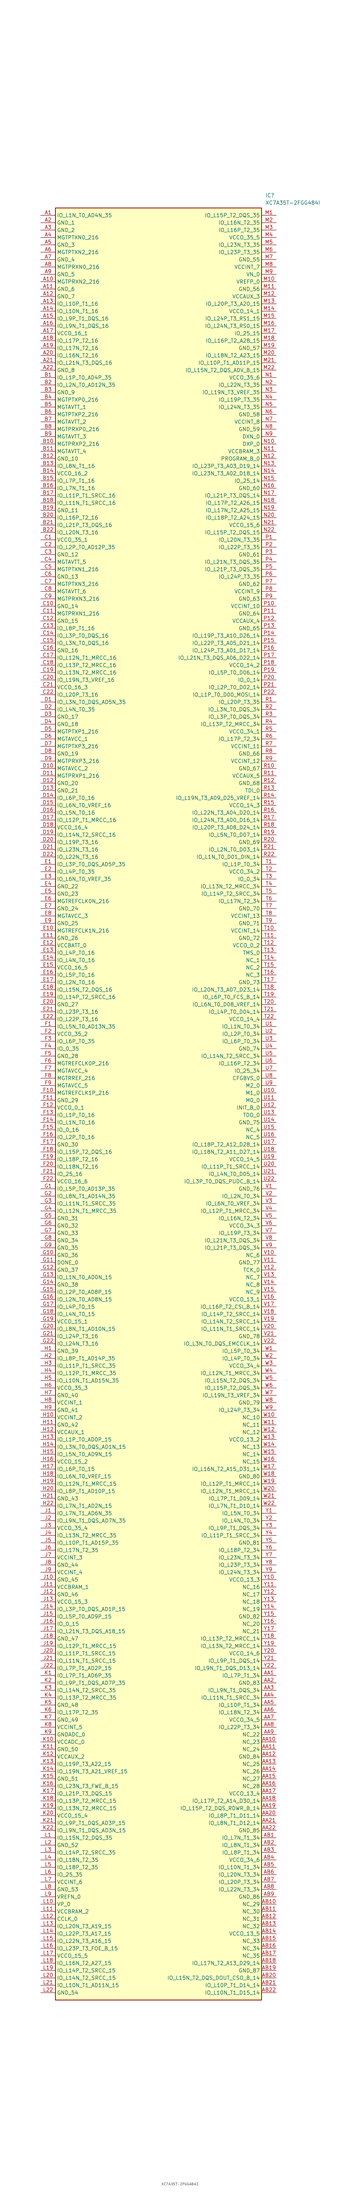
<source format=kicad_sym>
(kicad_symbol_lib
  (version 20211014)
  (generator SamacSys_ECAD_Model)
  (symbol "XC7A35T-2FGG484I"
    (property "Reference" "IC"
      (at 77.47 7.62 0)
      (effects (font (size 1.27 1.27)) (justify left top)))
    (property "Value" "XC7A35T-2FGG484I"
      (at 77.47 5.08 0)
      (effects (font (size 1.27 1.27)) (justify left top)))
    (rectangle
      (start 5.08 2.54)
      (end 76.2 -614.68)
      (stroke (width 0.254) (type default))
      (fill (type background)))
    (pin passive line
      (at 0 0 0)
      (length 5.08)
      (name "IO_L1N_T0_AD4N_35" (effects (font (size 1.27 1.27))))
      (number "A1" (effects (font (size 1.27 1.27)))))
    (pin passive line
      (at 0 -2.54 0)
      (length 5.08)
      (name "GND_1" (effects (font (size 1.27 1.27))))
      (number "A2" (effects (font (size 1.27 1.27)))))
    (pin passive line
      (at 0 -5.08 0)
      (length 5.08)
      (name "GND_2" (effects (font (size 1.27 1.27))))
      (number "A3" (effects (font (size 1.27 1.27)))))
    (pin passive line
      (at 0 -7.62 0)
      (length 5.08)
      (name "MGTPTXN0_216" (effects (font (size 1.27 1.27))))
      (number "A4" (effects (font (size 1.27 1.27)))))
    (pin passive line
      (at 0 -10.16 0)
      (length 5.08)
      (name "GND_3" (effects (font (size 1.27 1.27))))
      (number "A5" (effects (font (size 1.27 1.27)))))
    (pin passive line
      (at 0 -12.7 0)
      (length 5.08)
      (name "MGTPTXN2_216" (effects (font (size 1.27 1.27))))
      (number "A6" (effects (font (size 1.27 1.27)))))
    (pin passive line
      (at 0 -15.24 0)
      (length 5.08)
      (name "GND_4" (effects (font (size 1.27 1.27))))
      (number "A7" (effects (font (size 1.27 1.27)))))
    (pin passive line
      (at 0 -17.78 0)
      (length 5.08)
      (name "MGTPRXN0_216" (effects (font (size 1.27 1.27))))
      (number "A8" (effects (font (size 1.27 1.27)))))
    (pin passive line
      (at 0 -20.32 0)
      (length 5.08)
      (name "GND_5" (effects (font (size 1.27 1.27))))
      (number "A9" (effects (font (size 1.27 1.27)))))
    (pin passive line
      (at 0 -22.86 0)
      (length 5.08)
      (name "MGTPRXN2_216" (effects (font (size 1.27 1.27))))
      (number "A10" (effects (font (size 1.27 1.27)))))
    (pin passive line
      (at 0 -25.4 0)
      (length 5.08)
      (name "GND_6" (effects (font (size 1.27 1.27))))
      (number "A11" (effects (font (size 1.27 1.27)))))
    (pin passive line
      (at 0 -27.94 0)
      (length 5.08)
      (name "GND_7" (effects (font (size 1.27 1.27))))
      (number "A12" (effects (font (size 1.27 1.27)))))
    (pin passive line
      (at 0 -30.48 0)
      (length 5.08)
      (name "IO_L10P_T1_16" (effects (font (size 1.27 1.27))))
      (number "A13" (effects (font (size 1.27 1.27)))))
    (pin passive line
      (at 0 -33.02 0)
      (length 5.08)
      (name "IO_L10N_T1_16" (effects (font (size 1.27 1.27))))
      (number "A14" (effects (font (size 1.27 1.27)))))
    (pin passive line
      (at 0 -35.56 0)
      (length 5.08)
      (name "IO_L9P_T1_DQS_16" (effects (font (size 1.27 1.27))))
      (number "A15" (effects (font (size 1.27 1.27)))))
    (pin passive line
      (at 0 -38.1 0)
      (length 5.08)
      (name "IO_L9N_T1_DQS_16" (effects (font (size 1.27 1.27))))
      (number "A16" (effects (font (size 1.27 1.27)))))
    (pin passive line
      (at 0 -40.64 0)
      (length 5.08)
      (name "VCCO_16_1" (effects (font (size 1.27 1.27))))
      (number "A17" (effects (font (size 1.27 1.27)))))
    (pin passive line
      (at 0 -43.18 0)
      (length 5.08)
      (name "IO_L17P_T2_16" (effects (font (size 1.27 1.27))))
      (number "A18" (effects (font (size 1.27 1.27)))))
    (pin passive line
      (at 0 -45.72 0)
      (length 5.08)
      (name "IO_L17N_T2_16" (effects (font (size 1.27 1.27))))
      (number "A19" (effects (font (size 1.27 1.27)))))
    (pin passive line
      (at 0 -48.26 0)
      (length 5.08)
      (name "IO_L16N_T2_16" (effects (font (size 1.27 1.27))))
      (number "A20" (effects (font (size 1.27 1.27)))))
    (pin passive line
      (at 0 -50.8 0)
      (length 5.08)
      (name "IO_L21N_T3_DQS_16" (effects (font (size 1.27 1.27))))
      (number "A21" (effects (font (size 1.27 1.27)))))
    (pin passive line
      (at 0 -53.34 0)
      (length 5.08)
      (name "GND_8" (effects (font (size 1.27 1.27))))
      (number "A22" (effects (font (size 1.27 1.27)))))
    (pin passive line
      (at 0 -55.88 0)
      (length 5.08)
      (name "IO_L1P_T0_AD4P_35" (effects (font (size 1.27 1.27))))
      (number "B1" (effects (font (size 1.27 1.27)))))
    (pin passive line
      (at 0 -58.42 0)
      (length 5.08)
      (name "IO_L2N_T0_AD12N_35" (effects (font (size 1.27 1.27))))
      (number "B2" (effects (font (size 1.27 1.27)))))
    (pin passive line
      (at 0 -60.96 0)
      (length 5.08)
      (name "GND_9" (effects (font (size 1.27 1.27))))
      (number "B3" (effects (font (size 1.27 1.27)))))
    (pin passive line
      (at 0 -63.5 0)
      (length 5.08)
      (name "MGTPTXP0_216" (effects (font (size 1.27 1.27))))
      (number "B4" (effects (font (size 1.27 1.27)))))
    (pin passive line
      (at 0 -66.04 0)
      (length 5.08)
      (name "MGTAVTT_1" (effects (font (size 1.27 1.27))))
      (number "B5" (effects (font (size 1.27 1.27)))))
    (pin passive line
      (at 0 -68.58 0)
      (length 5.08)
      (name "MGTPTXP2_216" (effects (font (size 1.27 1.27))))
      (number "B6" (effects (font (size 1.27 1.27)))))
    (pin passive line
      (at 0 -71.12 0)
      (length 5.08)
      (name "MGTAVTT_2" (effects (font (size 1.27 1.27))))
      (number "B7" (effects (font (size 1.27 1.27)))))
    (pin passive line
      (at 0 -73.66 0)
      (length 5.08)
      (name "MGTPRXP0_216" (effects (font (size 1.27 1.27))))
      (number "B8" (effects (font (size 1.27 1.27)))))
    (pin passive line
      (at 0 -76.2 0)
      (length 5.08)
      (name "MGTAVTT_3" (effects (font (size 1.27 1.27))))
      (number "B9" (effects (font (size 1.27 1.27)))))
    (pin passive line
      (at 0 -78.74 0)
      (length 5.08)
      (name "MGTPRXP2_216" (effects (font (size 1.27 1.27))))
      (number "B10" (effects (font (size 1.27 1.27)))))
    (pin passive line
      (at 0 -81.28 0)
      (length 5.08)
      (name "MGTAVTT_4" (effects (font (size 1.27 1.27))))
      (number "B11" (effects (font (size 1.27 1.27)))))
    (pin passive line
      (at 0 -83.82 0)
      (length 5.08)
      (name "GND_10" (effects (font (size 1.27 1.27))))
      (number "B12" (effects (font (size 1.27 1.27)))))
    (pin passive line
      (at 0 -86.36 0)
      (length 5.08)
      (name "IO_L8N_T1_16" (effects (font (size 1.27 1.27))))
      (number "B13" (effects (font (size 1.27 1.27)))))
    (pin passive line
      (at 0 -88.9 0)
      (length 5.08)
      (name "VCCO_16_2" (effects (font (size 1.27 1.27))))
      (number "B14" (effects (font (size 1.27 1.27)))))
    (pin passive line
      (at 0 -91.44 0)
      (length 5.08)
      (name "IO_L7P_T1_16" (effects (font (size 1.27 1.27))))
      (number "B15" (effects (font (size 1.27 1.27)))))
    (pin passive line
      (at 0 -93.98 0)
      (length 5.08)
      (name "IO_L7N_T1_16" (effects (font (size 1.27 1.27))))
      (number "B16" (effects (font (size 1.27 1.27)))))
    (pin passive line
      (at 0 -96.52 0)
      (length 5.08)
      (name "IO_L11P_T1_SRCC_16" (effects (font (size 1.27 1.27))))
      (number "B17" (effects (font (size 1.27 1.27)))))
    (pin passive line
      (at 0 -99.06 0)
      (length 5.08)
      (name "IO_L11N_T1_SRCC_16" (effects (font (size 1.27 1.27))))
      (number "B18" (effects (font (size 1.27 1.27)))))
    (pin passive line
      (at 0 -101.6 0)
      (length 5.08)
      (name "GND_11" (effects (font (size 1.27 1.27))))
      (number "B19" (effects (font (size 1.27 1.27)))))
    (pin passive line
      (at 0 -104.14 0)
      (length 5.08)
      (name "IO_L16P_T2_16" (effects (font (size 1.27 1.27))))
      (number "B20" (effects (font (size 1.27 1.27)))))
    (pin passive line
      (at 0 -106.68 0)
      (length 5.08)
      (name "IO_L21P_T3_DQS_16" (effects (font (size 1.27 1.27))))
      (number "B21" (effects (font (size 1.27 1.27)))))
    (pin passive line
      (at 0 -109.22 0)
      (length 5.08)
      (name "IO_L20N_T3_16" (effects (font (size 1.27 1.27))))
      (number "B22" (effects (font (size 1.27 1.27)))))
    (pin passive line
      (at 0 -111.76 0)
      (length 5.08)
      (name "VCCO_35_1" (effects (font (size 1.27 1.27))))
      (number "C1" (effects (font (size 1.27 1.27)))))
    (pin passive line
      (at 0 -114.3 0)
      (length 5.08)
      (name "IO_L2P_T0_AD12P_35" (effects (font (size 1.27 1.27))))
      (number "C2" (effects (font (size 1.27 1.27)))))
    (pin passive line
      (at 0 -116.84 0)
      (length 5.08)
      (name "GND_12" (effects (font (size 1.27 1.27))))
      (number "C3" (effects (font (size 1.27 1.27)))))
    (pin passive line
      (at 0 -119.38 0)
      (length 5.08)
      (name "MGTAVTT_5" (effects (font (size 1.27 1.27))))
      (number "C4" (effects (font (size 1.27 1.27)))))
    (pin passive line
      (at 0 -121.92 0)
      (length 5.08)
      (name "MGTPTXN1_216" (effects (font (size 1.27 1.27))))
      (number "C5" (effects (font (size 1.27 1.27)))))
    (pin passive line
      (at 0 -124.46 0)
      (length 5.08)
      (name "GND_13" (effects (font (size 1.27 1.27))))
      (number "C6" (effects (font (size 1.27 1.27)))))
    (pin passive line
      (at 0 -127 0)
      (length 5.08)
      (name "MGTPTXN3_216" (effects (font (size 1.27 1.27))))
      (number "C7" (effects (font (size 1.27 1.27)))))
    (pin passive line
      (at 0 -129.54 0)
      (length 5.08)
      (name "MGTAVTT_6" (effects (font (size 1.27 1.27))))
      (number "C8" (effects (font (size 1.27 1.27)))))
    (pin passive line
      (at 0 -132.08 0)
      (length 5.08)
      (name "MGTPRXN3_216" (effects (font (size 1.27 1.27))))
      (number "C9" (effects (font (size 1.27 1.27)))))
    (pin passive line
      (at 0 -134.62 0)
      (length 5.08)
      (name "GND_14" (effects (font (size 1.27 1.27))))
      (number "C10" (effects (font (size 1.27 1.27)))))
    (pin passive line
      (at 0 -137.16 0)
      (length 5.08)
      (name "MGTPRXN1_216" (effects (font (size 1.27 1.27))))
      (number "C11" (effects (font (size 1.27 1.27)))))
    (pin passive line
      (at 0 -139.7 0)
      (length 5.08)
      (name "GND_15" (effects (font (size 1.27 1.27))))
      (number "C12" (effects (font (size 1.27 1.27)))))
    (pin passive line
      (at 0 -142.24 0)
      (length 5.08)
      (name "IO_L8P_T1_16" (effects (font (size 1.27 1.27))))
      (number "C13" (effects (font (size 1.27 1.27)))))
    (pin passive line
      (at 0 -144.78 0)
      (length 5.08)
      (name "IO_L3P_T0_DQS_16" (effects (font (size 1.27 1.27))))
      (number "C14" (effects (font (size 1.27 1.27)))))
    (pin passive line
      (at 0 -147.32 0)
      (length 5.08)
      (name "IO_L3N_T0_DQS_16" (effects (font (size 1.27 1.27))))
      (number "C15" (effects (font (size 1.27 1.27)))))
    (pin passive line
      (at 0 -149.86 0)
      (length 5.08)
      (name "GND_16" (effects (font (size 1.27 1.27))))
      (number "C16" (effects (font (size 1.27 1.27)))))
    (pin passive line
      (at 0 -152.4 0)
      (length 5.08)
      (name "IO_L12N_T1_MRCC_16" (effects (font (size 1.27 1.27))))
      (number "C17" (effects (font (size 1.27 1.27)))))
    (pin passive line
      (at 0 -154.94 0)
      (length 5.08)
      (name "IO_L13P_T2_MRCC_16" (effects (font (size 1.27 1.27))))
      (number "C18" (effects (font (size 1.27 1.27)))))
    (pin passive line
      (at 0 -157.48 0)
      (length 5.08)
      (name "IO_L13N_T2_MRCC_16" (effects (font (size 1.27 1.27))))
      (number "C19" (effects (font (size 1.27 1.27)))))
    (pin passive line
      (at 0 -160.02 0)
      (length 5.08)
      (name "IO_L19N_T3_VREF_16" (effects (font (size 1.27 1.27))))
      (number "C20" (effects (font (size 1.27 1.27)))))
    (pin passive line
      (at 0 -162.56 0)
      (length 5.08)
      (name "VCCO_16_3" (effects (font (size 1.27 1.27))))
      (number "C21" (effects (font (size 1.27 1.27)))))
    (pin passive line
      (at 0 -165.1 0)
      (length 5.08)
      (name "IO_L20P_T3_16" (effects (font (size 1.27 1.27))))
      (number "C22" (effects (font (size 1.27 1.27)))))
    (pin passive line
      (at 0 -167.64 0)
      (length 5.08)
      (name "IO_L3N_T0_DQS_AD5N_35" (effects (font (size 1.27 1.27))))
      (number "D1" (effects (font (size 1.27 1.27)))))
    (pin passive line
      (at 0 -170.18 0)
      (length 5.08)
      (name "IO_L4N_T0_35" (effects (font (size 1.27 1.27))))
      (number "D2" (effects (font (size 1.27 1.27)))))
    (pin passive line
      (at 0 -172.72 0)
      (length 5.08)
      (name "GND_17" (effects (font (size 1.27 1.27))))
      (number "D3" (effects (font (size 1.27 1.27)))))
    (pin passive line
      (at 0 -175.26 0)
      (length 5.08)
      (name "GND_18" (effects (font (size 1.27 1.27))))
      (number "D4" (effects (font (size 1.27 1.27)))))
    (pin passive line
      (at 0 -177.8 0)
      (length 5.08)
      (name "MGTPTXP1_216" (effects (font (size 1.27 1.27))))
      (number "D5" (effects (font (size 1.27 1.27)))))
    (pin passive line
      (at 0 -180.34 0)
      (length 5.08)
      (name "MGTAVCC_1" (effects (font (size 1.27 1.27))))
      (number "D6" (effects (font (size 1.27 1.27)))))
    (pin passive line
      (at 0 -182.88 0)
      (length 5.08)
      (name "MGTPTXP3_216" (effects (font (size 1.27 1.27))))
      (number "D7" (effects (font (size 1.27 1.27)))))
    (pin passive line
      (at 0 -185.42 0)
      (length 5.08)
      (name "GND_19" (effects (font (size 1.27 1.27))))
      (number "D8" (effects (font (size 1.27 1.27)))))
    (pin passive line
      (at 0 -187.96 0)
      (length 5.08)
      (name "MGTPRXP3_216" (effects (font (size 1.27 1.27))))
      (number "D9" (effects (font (size 1.27 1.27)))))
    (pin passive line
      (at 0 -190.5 0)
      (length 5.08)
      (name "MGTAVCC_2" (effects (font (size 1.27 1.27))))
      (number "D10" (effects (font (size 1.27 1.27)))))
    (pin passive line
      (at 0 -193.04 0)
      (length 5.08)
      (name "MGTPRXP1_216" (effects (font (size 1.27 1.27))))
      (number "D11" (effects (font (size 1.27 1.27)))))
    (pin passive line
      (at 0 -195.58 0)
      (length 5.08)
      (name "GND_20" (effects (font (size 1.27 1.27))))
      (number "D12" (effects (font (size 1.27 1.27)))))
    (pin passive line
      (at 0 -198.12 0)
      (length 5.08)
      (name "GND_21" (effects (font (size 1.27 1.27))))
      (number "D13" (effects (font (size 1.27 1.27)))))
    (pin passive line
      (at 0 -200.66 0)
      (length 5.08)
      (name "IO_L6P_T0_16" (effects (font (size 1.27 1.27))))
      (number "D14" (effects (font (size 1.27 1.27)))))
    (pin passive line
      (at 0 -203.2 0)
      (length 5.08)
      (name "IO_L6N_T0_VREF_16" (effects (font (size 1.27 1.27))))
      (number "D15" (effects (font (size 1.27 1.27)))))
    (pin passive line
      (at 0 -205.74 0)
      (length 5.08)
      (name "IO_L5N_T0_16" (effects (font (size 1.27 1.27))))
      (number "D16" (effects (font (size 1.27 1.27)))))
    (pin passive line
      (at 0 -208.28 0)
      (length 5.08)
      (name "IO_L12P_T1_MRCC_16" (effects (font (size 1.27 1.27))))
      (number "D17" (effects (font (size 1.27 1.27)))))
    (pin passive line
      (at 0 -210.82 0)
      (length 5.08)
      (name "VCCO_16_4" (effects (font (size 1.27 1.27))))
      (number "D18" (effects (font (size 1.27 1.27)))))
    (pin passive line
      (at 0 -213.36 0)
      (length 5.08)
      (name "IO_L14N_T2_SRCC_16" (effects (font (size 1.27 1.27))))
      (number "D19" (effects (font (size 1.27 1.27)))))
    (pin passive line
      (at 0 -215.9 0)
      (length 5.08)
      (name "IO_L19P_T3_16" (effects (font (size 1.27 1.27))))
      (number "D20" (effects (font (size 1.27 1.27)))))
    (pin passive line
      (at 0 -218.44 0)
      (length 5.08)
      (name "IO_L23N_T3_16" (effects (font (size 1.27 1.27))))
      (number "D21" (effects (font (size 1.27 1.27)))))
    (pin passive line
      (at 0 -220.98 0)
      (length 5.08)
      (name "IO_L22N_T3_16" (effects (font (size 1.27 1.27))))
      (number "D22" (effects (font (size 1.27 1.27)))))
    (pin passive line
      (at 0 -223.52 0)
      (length 5.08)
      (name "IO_L3P_T0_DQS_AD5P_35" (effects (font (size 1.27 1.27))))
      (number "E1" (effects (font (size 1.27 1.27)))))
    (pin passive line
      (at 0 -226.06 0)
      (length 5.08)
      (name "IO_L4P_T0_35" (effects (font (size 1.27 1.27))))
      (number "E2" (effects (font (size 1.27 1.27)))))
    (pin passive line
      (at 0 -228.6 0)
      (length 5.08)
      (name "IO_L6N_T0_VREF_35" (effects (font (size 1.27 1.27))))
      (number "E3" (effects (font (size 1.27 1.27)))))
    (pin passive line
      (at 0 -231.14 0)
      (length 5.08)
      (name "GND_22" (effects (font (size 1.27 1.27))))
      (number "E4" (effects (font (size 1.27 1.27)))))
    (pin passive line
      (at 0 -233.68 0)
      (length 5.08)
      (name "GND_23" (effects (font (size 1.27 1.27))))
      (number "E5" (effects (font (size 1.27 1.27)))))
    (pin passive line
      (at 0 -236.22 0)
      (length 5.08)
      (name "MGTREFCLK0N_216" (effects (font (size 1.27 1.27))))
      (number "E6" (effects (font (size 1.27 1.27)))))
    (pin passive line
      (at 0 -238.76 0)
      (length 5.08)
      (name "GND_24" (effects (font (size 1.27 1.27))))
      (number "E7" (effects (font (size 1.27 1.27)))))
    (pin passive line
      (at 0 -241.3 0)
      (length 5.08)
      (name "MGTAVCC_3" (effects (font (size 1.27 1.27))))
      (number "E8" (effects (font (size 1.27 1.27)))))
    (pin passive line
      (at 0 -243.84 0)
      (length 5.08)
      (name "GND_25" (effects (font (size 1.27 1.27))))
      (number "E9" (effects (font (size 1.27 1.27)))))
    (pin passive line
      (at 0 -246.38 0)
      (length 5.08)
      (name "MGTREFCLK1N_216" (effects (font (size 1.27 1.27))))
      (number "E10" (effects (font (size 1.27 1.27)))))
    (pin passive line
      (at 0 -248.92 0)
      (length 5.08)
      (name "GND_26" (effects (font (size 1.27 1.27))))
      (number "E11" (effects (font (size 1.27 1.27)))))
    (pin passive line
      (at 0 -251.46 0)
      (length 5.08)
      (name "VCCBATT_0" (effects (font (size 1.27 1.27))))
      (number "E12" (effects (font (size 1.27 1.27)))))
    (pin passive line
      (at 0 -254 0)
      (length 5.08)
      (name "IO_L4P_T0_16" (effects (font (size 1.27 1.27))))
      (number "E13" (effects (font (size 1.27 1.27)))))
    (pin passive line
      (at 0 -256.54 0)
      (length 5.08)
      (name "IO_L4N_T0_16" (effects (font (size 1.27 1.27))))
      (number "E14" (effects (font (size 1.27 1.27)))))
    (pin passive line
      (at 0 -259.08 0)
      (length 5.08)
      (name "VCCO_16_5" (effects (font (size 1.27 1.27))))
      (number "E15" (effects (font (size 1.27 1.27)))))
    (pin passive line
      (at 0 -261.62 0)
      (length 5.08)
      (name "IO_L5P_T0_16" (effects (font (size 1.27 1.27))))
      (number "E16" (effects (font (size 1.27 1.27)))))
    (pin passive line
      (at 0 -264.16 0)
      (length 5.08)
      (name "IO_L2N_T0_16" (effects (font (size 1.27 1.27))))
      (number "E17" (effects (font (size 1.27 1.27)))))
    (pin passive line
      (at 0 -266.7 0)
      (length 5.08)
      (name "IO_L15N_T2_DQS_16" (effects (font (size 1.27 1.27))))
      (number "E18" (effects (font (size 1.27 1.27)))))
    (pin passive line
      (at 0 -269.24 0)
      (length 5.08)
      (name "IO_L14P_T2_SRCC_16" (effects (font (size 1.27 1.27))))
      (number "E19" (effects (font (size 1.27 1.27)))))
    (pin passive line
      (at 0 -271.78 0)
      (length 5.08)
      (name "GND_27" (effects (font (size 1.27 1.27))))
      (number "E20" (effects (font (size 1.27 1.27)))))
    (pin passive line
      (at 0 -274.32 0)
      (length 5.08)
      (name "IO_L23P_T3_16" (effects (font (size 1.27 1.27))))
      (number "E21" (effects (font (size 1.27 1.27)))))
    (pin passive line
      (at 0 -276.86 0)
      (length 5.08)
      (name "IO_L22P_T3_16" (effects (font (size 1.27 1.27))))
      (number "E22" (effects (font (size 1.27 1.27)))))
    (pin passive line
      (at 0 -279.4 0)
      (length 5.08)
      (name "IO_L5N_T0_AD13N_35" (effects (font (size 1.27 1.27))))
      (number "F1" (effects (font (size 1.27 1.27)))))
    (pin passive line
      (at 0 -281.94 0)
      (length 5.08)
      (name "VCCO_35_2" (effects (font (size 1.27 1.27))))
      (number "F2" (effects (font (size 1.27 1.27)))))
    (pin passive line
      (at 0 -284.48 0)
      (length 5.08)
      (name "IO_L6P_T0_35" (effects (font (size 1.27 1.27))))
      (number "F3" (effects (font (size 1.27 1.27)))))
    (pin passive line
      (at 0 -287.02 0)
      (length 5.08)
      (name "IO_0_35" (effects (font (size 1.27 1.27))))
      (number "F4" (effects (font (size 1.27 1.27)))))
    (pin passive line
      (at 0 -289.56 0)
      (length 5.08)
      (name "GND_28" (effects (font (size 1.27 1.27))))
      (number "F5" (effects (font (size 1.27 1.27)))))
    (pin passive line
      (at 0 -292.1 0)
      (length 5.08)
      (name "MGTREFCLK0P_216" (effects (font (size 1.27 1.27))))
      (number "F6" (effects (font (size 1.27 1.27)))))
    (pin passive line
      (at 0 -294.64 0)
      (length 5.08)
      (name "MGTAVCC_4" (effects (font (size 1.27 1.27))))
      (number "F7" (effects (font (size 1.27 1.27)))))
    (pin passive line
      (at 0 -297.18 0)
      (length 5.08)
      (name "MGTRREF_216" (effects (font (size 1.27 1.27))))
      (number "F8" (effects (font (size 1.27 1.27)))))
    (pin passive line
      (at 0 -299.72 0)
      (length 5.08)
      (name "MGTAVCC_5" (effects (font (size 1.27 1.27))))
      (number "F9" (effects (font (size 1.27 1.27)))))
    (pin passive line
      (at 0 -302.26 0)
      (length 5.08)
      (name "MGTREFCLK1P_216" (effects (font (size 1.27 1.27))))
      (number "F10" (effects (font (size 1.27 1.27)))))
    (pin passive line
      (at 0 -304.8 0)
      (length 5.08)
      (name "GND_29" (effects (font (size 1.27 1.27))))
      (number "F11" (effects (font (size 1.27 1.27)))))
    (pin passive line
      (at 0 -307.34 0)
      (length 5.08)
      (name "VCCO_0_1" (effects (font (size 1.27 1.27))))
      (number "F12" (effects (font (size 1.27 1.27)))))
    (pin passive line
      (at 0 -309.88 0)
      (length 5.08)
      (name "IO_L1P_T0_16" (effects (font (size 1.27 1.27))))
      (number "F13" (effects (font (size 1.27 1.27)))))
    (pin passive line
      (at 0 -312.42 0)
      (length 5.08)
      (name "IO_L1N_T0_16" (effects (font (size 1.27 1.27))))
      (number "F14" (effects (font (size 1.27 1.27)))))
    (pin passive line
      (at 0 -314.96 0)
      (length 5.08)
      (name "IO_0_16" (effects (font (size 1.27 1.27))))
      (number "F15" (effects (font (size 1.27 1.27)))))
    (pin passive line
      (at 0 -317.5 0)
      (length 5.08)
      (name "IO_L2P_T0_16" (effects (font (size 1.27 1.27))))
      (number "F16" (effects (font (size 1.27 1.27)))))
    (pin passive line
      (at 0 -320.04 0)
      (length 5.08)
      (name "GND_30" (effects (font (size 1.27 1.27))))
      (number "F17" (effects (font (size 1.27 1.27)))))
    (pin passive line
      (at 0 -322.58 0)
      (length 5.08)
      (name "IO_L15P_T2_DQS_16" (effects (font (size 1.27 1.27))))
      (number "F18" (effects (font (size 1.27 1.27)))))
    (pin passive line
      (at 0 -325.12 0)
      (length 5.08)
      (name "IO_L18P_T2_16" (effects (font (size 1.27 1.27))))
      (number "F19" (effects (font (size 1.27 1.27)))))
    (pin passive line
      (at 0 -327.66 0)
      (length 5.08)
      (name "IO_L18N_T2_16" (effects (font (size 1.27 1.27))))
      (number "F20" (effects (font (size 1.27 1.27)))))
    (pin passive line
      (at 0 -330.2 0)
      (length 5.08)
      (name "IO_25_16" (effects (font (size 1.27 1.27))))
      (number "F21" (effects (font (size 1.27 1.27)))))
    (pin passive line
      (at 0 -332.74 0)
      (length 5.08)
      (name "VCCO_16_6" (effects (font (size 1.27 1.27))))
      (number "F22" (effects (font (size 1.27 1.27)))))
    (pin passive line
      (at 0 -335.28 0)
      (length 5.08)
      (name "IO_L5P_T0_AD13P_35" (effects (font (size 1.27 1.27))))
      (number "G1" (effects (font (size 1.27 1.27)))))
    (pin passive line
      (at 0 -337.82 0)
      (length 5.08)
      (name "IO_L8N_T1_AD14N_35" (effects (font (size 1.27 1.27))))
      (number "G2" (effects (font (size 1.27 1.27)))))
    (pin passive line
      (at 0 -340.36 0)
      (length 5.08)
      (name "IO_L11N_T1_SRCC_35" (effects (font (size 1.27 1.27))))
      (number "G3" (effects (font (size 1.27 1.27)))))
    (pin passive line
      (at 0 -342.9 0)
      (length 5.08)
      (name "IO_L12N_T1_MRCC_35" (effects (font (size 1.27 1.27))))
      (number "G4" (effects (font (size 1.27 1.27)))))
    (pin passive line
      (at 0 -345.44 0)
      (length 5.08)
      (name "GND_31" (effects (font (size 1.27 1.27))))
      (number "G5" (effects (font (size 1.27 1.27)))))
    (pin passive line
      (at 0 -347.98 0)
      (length 5.08)
      (name "GND_32" (effects (font (size 1.27 1.27))))
      (number "G6" (effects (font (size 1.27 1.27)))))
    (pin passive line
      (at 0 -350.52 0)
      (length 5.08)
      (name "GND_33" (effects (font (size 1.27 1.27))))
      (number "G7" (effects (font (size 1.27 1.27)))))
    (pin passive line
      (at 0 -353.06 0)
      (length 5.08)
      (name "GND_34" (effects (font (size 1.27 1.27))))
      (number "G8" (effects (font (size 1.27 1.27)))))
    (pin passive line
      (at 0 -355.6 0)
      (length 5.08)
      (name "GND_35" (effects (font (size 1.27 1.27))))
      (number "G9" (effects (font (size 1.27 1.27)))))
    (pin passive line
      (at 0 -358.14 0)
      (length 5.08)
      (name "GND_36" (effects (font (size 1.27 1.27))))
      (number "G10" (effects (font (size 1.27 1.27)))))
    (pin passive line
      (at 0 -360.68 0)
      (length 5.08)
      (name "DONE_0" (effects (font (size 1.27 1.27))))
      (number "G11" (effects (font (size 1.27 1.27)))))
    (pin passive line
      (at 0 -363.22 0)
      (length 5.08)
      (name "GND_37" (effects (font (size 1.27 1.27))))
      (number "G12" (effects (font (size 1.27 1.27)))))
    (pin passive line
      (at 0 -365.76 0)
      (length 5.08)
      (name "IO_L1N_T0_AD0N_15" (effects (font (size 1.27 1.27))))
      (number "G13" (effects (font (size 1.27 1.27)))))
    (pin passive line
      (at 0 -368.3 0)
      (length 5.08)
      (name "GND_38" (effects (font (size 1.27 1.27))))
      (number "G14" (effects (font (size 1.27 1.27)))))
    (pin passive line
      (at 0 -370.84 0)
      (length 5.08)
      (name "IO_L2P_T0_AD8P_15" (effects (font (size 1.27 1.27))))
      (number "G15" (effects (font (size 1.27 1.27)))))
    (pin passive line
      (at 0 -373.38 0)
      (length 5.08)
      (name "IO_L2N_T0_AD8N_15" (effects (font (size 1.27 1.27))))
      (number "G16" (effects (font (size 1.27 1.27)))))
    (pin passive line
      (at 0 -375.92 0)
      (length 5.08)
      (name "IO_L4P_T0_15" (effects (font (size 1.27 1.27))))
      (number "G17" (effects (font (size 1.27 1.27)))))
    (pin passive line
      (at 0 -378.46 0)
      (length 5.08)
      (name "IO_L4N_T0_15" (effects (font (size 1.27 1.27))))
      (number "G18" (effects (font (size 1.27 1.27)))))
    (pin passive line
      (at 0 -381 0)
      (length 5.08)
      (name "VCCO_15_1" (effects (font (size 1.27 1.27))))
      (number "G19" (effects (font (size 1.27 1.27)))))
    (pin passive line
      (at 0 -383.54 0)
      (length 5.08)
      (name "IO_L8N_T1_AD10N_15" (effects (font (size 1.27 1.27))))
      (number "G20" (effects (font (size 1.27 1.27)))))
    (pin passive line
      (at 0 -386.08 0)
      (length 5.08)
      (name "IO_L24P_T3_16" (effects (font (size 1.27 1.27))))
      (number "G21" (effects (font (size 1.27 1.27)))))
    (pin passive line
      (at 0 -388.62 0)
      (length 5.08)
      (name "IO_L24N_T3_16" (effects (font (size 1.27 1.27))))
      (number "G22" (effects (font (size 1.27 1.27)))))
    (pin passive line
      (at 0 -391.16 0)
      (length 5.08)
      (name "GND_39" (effects (font (size 1.27 1.27))))
      (number "H1" (effects (font (size 1.27 1.27)))))
    (pin passive line
      (at 0 -393.7 0)
      (length 5.08)
      (name "IO_L8P_T1_AD14P_35" (effects (font (size 1.27 1.27))))
      (number "H2" (effects (font (size 1.27 1.27)))))
    (pin passive line
      (at 0 -396.24 0)
      (length 5.08)
      (name "IO_L11P_T1_SRCC_35" (effects (font (size 1.27 1.27))))
      (number "H3" (effects (font (size 1.27 1.27)))))
    (pin passive line
      (at 0 -398.78 0)
      (length 5.08)
      (name "IO_L12P_T1_MRCC_35" (effects (font (size 1.27 1.27))))
      (number "H4" (effects (font (size 1.27 1.27)))))
    (pin passive line
      (at 0 -401.32 0)
      (length 5.08)
      (name "IO_L10N_T1_AD15N_35" (effects (font (size 1.27 1.27))))
      (number "H5" (effects (font (size 1.27 1.27)))))
    (pin passive line
      (at 0 -403.86 0)
      (length 5.08)
      (name "VCCO_35_3" (effects (font (size 1.27 1.27))))
      (number "H6" (effects (font (size 1.27 1.27)))))
    (pin passive line
      (at 0 -406.4 0)
      (length 5.08)
      (name "GND_40" (effects (font (size 1.27 1.27))))
      (number "H7" (effects (font (size 1.27 1.27)))))
    (pin passive line
      (at 0 -408.94 0)
      (length 5.08)
      (name "VCCINT_1" (effects (font (size 1.27 1.27))))
      (number "H8" (effects (font (size 1.27 1.27)))))
    (pin passive line
      (at 0 -411.48 0)
      (length 5.08)
      (name "GND_41" (effects (font (size 1.27 1.27))))
      (number "H9" (effects (font (size 1.27 1.27)))))
    (pin passive line
      (at 0 -414.02 0)
      (length 5.08)
      (name "VCCINT_2" (effects (font (size 1.27 1.27))))
      (number "H10" (effects (font (size 1.27 1.27)))))
    (pin passive line
      (at 0 -416.56 0)
      (length 5.08)
      (name "GND_42" (effects (font (size 1.27 1.27))))
      (number "H11" (effects (font (size 1.27 1.27)))))
    (pin passive line
      (at 0 -419.1 0)
      (length 5.08)
      (name "VCCAUX_1" (effects (font (size 1.27 1.27))))
      (number "H12" (effects (font (size 1.27 1.27)))))
    (pin passive line
      (at 0 -421.64 0)
      (length 5.08)
      (name "IO_L1P_T0_AD0P_15" (effects (font (size 1.27 1.27))))
      (number "H13" (effects (font (size 1.27 1.27)))))
    (pin passive line
      (at 0 -424.18 0)
      (length 5.08)
      (name "IO_L3N_T0_DQS_AD1N_15" (effects (font (size 1.27 1.27))))
      (number "H14" (effects (font (size 1.27 1.27)))))
    (pin passive line
      (at 0 -426.72 0)
      (length 5.08)
      (name "IO_L5N_T0_AD9N_15" (effects (font (size 1.27 1.27))))
      (number "H15" (effects (font (size 1.27 1.27)))))
    (pin passive line
      (at 0 -429.26 0)
      (length 5.08)
      (name "VCCO_15_2" (effects (font (size 1.27 1.27))))
      (number "H16" (effects (font (size 1.27 1.27)))))
    (pin passive line
      (at 0 -431.8 0)
      (length 5.08)
      (name "IO_L6P_T0_15" (effects (font (size 1.27 1.27))))
      (number "H17" (effects (font (size 1.27 1.27)))))
    (pin passive line
      (at 0 -434.34 0)
      (length 5.08)
      (name "IO_L6N_T0_VREF_15" (effects (font (size 1.27 1.27))))
      (number "H18" (effects (font (size 1.27 1.27)))))
    (pin passive line
      (at 0 -436.88 0)
      (length 5.08)
      (name "IO_L12N_T1_MRCC_15" (effects (font (size 1.27 1.27))))
      (number "H19" (effects (font (size 1.27 1.27)))))
    (pin passive line
      (at 0 -439.42 0)
      (length 5.08)
      (name "IO_L8P_T1_AD10P_15" (effects (font (size 1.27 1.27))))
      (number "H20" (effects (font (size 1.27 1.27)))))
    (pin passive line
      (at 0 -441.96 0)
      (length 5.08)
      (name "GND_43" (effects (font (size 1.27 1.27))))
      (number "H21" (effects (font (size 1.27 1.27)))))
    (pin passive line
      (at 0 -444.5 0)
      (length 5.08)
      (name "IO_L7N_T1_AD2N_15" (effects (font (size 1.27 1.27))))
      (number "H22" (effects (font (size 1.27 1.27)))))
    (pin passive line
      (at 0 -447.04 0)
      (length 5.08)
      (name "IO_L7N_T1_AD6N_35" (effects (font (size 1.27 1.27))))
      (number "J1" (effects (font (size 1.27 1.27)))))
    (pin passive line
      (at 0 -449.58 0)
      (length 5.08)
      (name "IO_L9N_T1_DQS_AD7N_35" (effects (font (size 1.27 1.27))))
      (number "J2" (effects (font (size 1.27 1.27)))))
    (pin passive line
      (at 0 -452.12 0)
      (length 5.08)
      (name "VCCO_35_4" (effects (font (size 1.27 1.27))))
      (number "J3" (effects (font (size 1.27 1.27)))))
    (pin passive line
      (at 0 -454.66 0)
      (length 5.08)
      (name "IO_L13N_T2_MRCC_35" (effects (font (size 1.27 1.27))))
      (number "J4" (effects (font (size 1.27 1.27)))))
    (pin passive line
      (at 0 -457.2 0)
      (length 5.08)
      (name "IO_L10P_T1_AD15P_35" (effects (font (size 1.27 1.27))))
      (number "J5" (effects (font (size 1.27 1.27)))))
    (pin passive line
      (at 0 -459.74 0)
      (length 5.08)
      (name "IO_L17N_T2_35" (effects (font (size 1.27 1.27))))
      (number "J6" (effects (font (size 1.27 1.27)))))
    (pin passive line
      (at 0 -462.28 0)
      (length 5.08)
      (name "VCCINT_3" (effects (font (size 1.27 1.27))))
      (number "J7" (effects (font (size 1.27 1.27)))))
    (pin passive line
      (at 0 -464.82 0)
      (length 5.08)
      (name "GND_44" (effects (font (size 1.27 1.27))))
      (number "J8" (effects (font (size 1.27 1.27)))))
    (pin passive line
      (at 0 -467.36 0)
      (length 5.08)
      (name "VCCINT_4" (effects (font (size 1.27 1.27))))
      (number "J9" (effects (font (size 1.27 1.27)))))
    (pin passive line
      (at 0 -469.9 0)
      (length 5.08)
      (name "GND_45" (effects (font (size 1.27 1.27))))
      (number "J10" (effects (font (size 1.27 1.27)))))
    (pin passive line
      (at 0 -472.44 0)
      (length 5.08)
      (name "VCCBRAM_1" (effects (font (size 1.27 1.27))))
      (number "J11" (effects (font (size 1.27 1.27)))))
    (pin passive line
      (at 0 -474.98 0)
      (length 5.08)
      (name "GND_46" (effects (font (size 1.27 1.27))))
      (number "J12" (effects (font (size 1.27 1.27)))))
    (pin passive line
      (at 0 -477.52 0)
      (length 5.08)
      (name "VCCO_15_3" (effects (font (size 1.27 1.27))))
      (number "J13" (effects (font (size 1.27 1.27)))))
    (pin passive line
      (at 0 -480.06 0)
      (length 5.08)
      (name "IO_L3P_T0_DQS_AD1P_15" (effects (font (size 1.27 1.27))))
      (number "J14" (effects (font (size 1.27 1.27)))))
    (pin passive line
      (at 0 -482.6 0)
      (length 5.08)
      (name "IO_L5P_T0_AD9P_15" (effects (font (size 1.27 1.27))))
      (number "J15" (effects (font (size 1.27 1.27)))))
    (pin passive line
      (at 0 -485.14 0)
      (length 5.08)
      (name "IO_0_15" (effects (font (size 1.27 1.27))))
      (number "J16" (effects (font (size 1.27 1.27)))))
    (pin passive line
      (at 0 -487.68 0)
      (length 5.08)
      (name "IO_L21N_T3_DQS_A18_15" (effects (font (size 1.27 1.27))))
      (number "J17" (effects (font (size 1.27 1.27)))))
    (pin passive line
      (at 0 -490.22 0)
      (length 5.08)
      (name "GND_47" (effects (font (size 1.27 1.27))))
      (number "J18" (effects (font (size 1.27 1.27)))))
    (pin passive line
      (at 0 -492.76 0)
      (length 5.08)
      (name "IO_L12P_T1_MRCC_15" (effects (font (size 1.27 1.27))))
      (number "J19" (effects (font (size 1.27 1.27)))))
    (pin passive line
      (at 0 -495.3 0)
      (length 5.08)
      (name "IO_L11P_T1_SRCC_15" (effects (font (size 1.27 1.27))))
      (number "J20" (effects (font (size 1.27 1.27)))))
    (pin passive line
      (at 0 -497.84 0)
      (length 5.08)
      (name "IO_L11N_T1_SRCC_15" (effects (font (size 1.27 1.27))))
      (number "J21" (effects (font (size 1.27 1.27)))))
    (pin passive line
      (at 0 -500.38 0)
      (length 5.08)
      (name "IO_L7P_T1_AD2P_15" (effects (font (size 1.27 1.27))))
      (number "J22" (effects (font (size 1.27 1.27)))))
    (pin passive line
      (at 0 -502.92 0)
      (length 5.08)
      (name "IO_L7P_T1_AD6P_35" (effects (font (size 1.27 1.27))))
      (number "K1" (effects (font (size 1.27 1.27)))))
    (pin passive line
      (at 0 -505.46 0)
      (length 5.08)
      (name "IO_L9P_T1_DQS_AD7P_35" (effects (font (size 1.27 1.27))))
      (number "K2" (effects (font (size 1.27 1.27)))))
    (pin passive line
      (at 0 -508 0)
      (length 5.08)
      (name "IO_L14N_T2_SRCC_35" (effects (font (size 1.27 1.27))))
      (number "K3" (effects (font (size 1.27 1.27)))))
    (pin passive line
      (at 0 -510.54 0)
      (length 5.08)
      (name "IO_L13P_T2_MRCC_35" (effects (font (size 1.27 1.27))))
      (number "K4" (effects (font (size 1.27 1.27)))))
    (pin passive line
      (at 0 -513.08 0)
      (length 5.08)
      (name "GND_48" (effects (font (size 1.27 1.27))))
      (number "K5" (effects (font (size 1.27 1.27)))))
    (pin passive line
      (at 0 -515.62 0)
      (length 5.08)
      (name "IO_L17P_T2_35" (effects (font (size 1.27 1.27))))
      (number "K6" (effects (font (size 1.27 1.27)))))
    (pin passive line
      (at 0 -518.16 0)
      (length 5.08)
      (name "GND_49" (effects (font (size 1.27 1.27))))
      (number "K7" (effects (font (size 1.27 1.27)))))
    (pin passive line
      (at 0 -520.7 0)
      (length 5.08)
      (name "VCCINT_5" (effects (font (size 1.27 1.27))))
      (number "K8" (effects (font (size 1.27 1.27)))))
    (pin passive line
      (at 0 -523.24 0)
      (length 5.08)
      (name "GNDADC_0" (effects (font (size 1.27 1.27))))
      (number "K9" (effects (font (size 1.27 1.27)))))
    (pin passive line
      (at 0 -525.78 0)
      (length 5.08)
      (name "VCCADC_0" (effects (font (size 1.27 1.27))))
      (number "K10" (effects (font (size 1.27 1.27)))))
    (pin passive line
      (at 0 -528.32 0)
      (length 5.08)
      (name "GND_50" (effects (font (size 1.27 1.27))))
      (number "K11" (effects (font (size 1.27 1.27)))))
    (pin passive line
      (at 0 -530.86 0)
      (length 5.08)
      (name "VCCAUX_2" (effects (font (size 1.27 1.27))))
      (number "K12" (effects (font (size 1.27 1.27)))))
    (pin passive line
      (at 0 -533.4 0)
      (length 5.08)
      (name "IO_L19P_T3_A22_15" (effects (font (size 1.27 1.27))))
      (number "K13" (effects (font (size 1.27 1.27)))))
    (pin passive line
      (at 0 -535.94 0)
      (length 5.08)
      (name "IO_L19N_T3_A21_VREF_15" (effects (font (size 1.27 1.27))))
      (number "K14" (effects (font (size 1.27 1.27)))))
    (pin passive line
      (at 0 -538.48 0)
      (length 5.08)
      (name "GND_51" (effects (font (size 1.27 1.27))))
      (number "K15" (effects (font (size 1.27 1.27)))))
    (pin passive line
      (at 0 -541.02 0)
      (length 5.08)
      (name "IO_L23N_T3_FWE_B_15" (effects (font (size 1.27 1.27))))
      (number "K16" (effects (font (size 1.27 1.27)))))
    (pin passive line
      (at 0 -543.56 0)
      (length 5.08)
      (name "IO_L21P_T3_DQS_15" (effects (font (size 1.27 1.27))))
      (number "K17" (effects (font (size 1.27 1.27)))))
    (pin passive line
      (at 0 -546.1 0)
      (length 5.08)
      (name "IO_L13P_T2_MRCC_15" (effects (font (size 1.27 1.27))))
      (number "K18" (effects (font (size 1.27 1.27)))))
    (pin passive line
      (at 0 -548.64 0)
      (length 5.08)
      (name "IO_L13N_T2_MRCC_15" (effects (font (size 1.27 1.27))))
      (number "K19" (effects (font (size 1.27 1.27)))))
    (pin passive line
      (at 0 -551.18 0)
      (length 5.08)
      (name "VCCO_15_4" (effects (font (size 1.27 1.27))))
      (number "K20" (effects (font (size 1.27 1.27)))))
    (pin passive line
      (at 0 -553.72 0)
      (length 5.08)
      (name "IO_L9P_T1_DQS_AD3P_15" (effects (font (size 1.27 1.27))))
      (number "K21" (effects (font (size 1.27 1.27)))))
    (pin passive line
      (at 0 -556.26 0)
      (length 5.08)
      (name "IO_L9N_T1_DQS_AD3N_15" (effects (font (size 1.27 1.27))))
      (number "K22" (effects (font (size 1.27 1.27)))))
    (pin passive line
      (at 0 -558.8 0)
      (length 5.08)
      (name "IO_L15N_T2_DQS_35" (effects (font (size 1.27 1.27))))
      (number "L1" (effects (font (size 1.27 1.27)))))
    (pin passive line
      (at 0 -561.34 0)
      (length 5.08)
      (name "GND_52" (effects (font (size 1.27 1.27))))
      (number "L2" (effects (font (size 1.27 1.27)))))
    (pin passive line
      (at 0 -563.88 0)
      (length 5.08)
      (name "IO_L14P_T2_SRCC_35" (effects (font (size 1.27 1.27))))
      (number "L3" (effects (font (size 1.27 1.27)))))
    (pin passive line
      (at 0 -566.42 0)
      (length 5.08)
      (name "IO_L18N_T2_35" (effects (font (size 1.27 1.27))))
      (number "L4" (effects (font (size 1.27 1.27)))))
    (pin passive line
      (at 0 -568.96 0)
      (length 5.08)
      (name "IO_L18P_T2_35" (effects (font (size 1.27 1.27))))
      (number "L5" (effects (font (size 1.27 1.27)))))
    (pin passive line
      (at 0 -571.5 0)
      (length 5.08)
      (name "IO_25_35" (effects (font (size 1.27 1.27))))
      (number "L6" (effects (font (size 1.27 1.27)))))
    (pin passive line
      (at 0 -574.04 0)
      (length 5.08)
      (name "VCCINT_6" (effects (font (size 1.27 1.27))))
      (number "L7" (effects (font (size 1.27 1.27)))))
    (pin passive line
      (at 0 -576.58 0)
      (length 5.08)
      (name "GND_53" (effects (font (size 1.27 1.27))))
      (number "L8" (effects (font (size 1.27 1.27)))))
    (pin passive line
      (at 0 -579.12 0)
      (length 5.08)
      (name "VREFN_0" (effects (font (size 1.27 1.27))))
      (number "L9" (effects (font (size 1.27 1.27)))))
    (pin passive line
      (at 0 -581.66 0)
      (length 5.08)
      (name "VP_0" (effects (font (size 1.27 1.27))))
      (number "L10" (effects (font (size 1.27 1.27)))))
    (pin passive line
      (at 0 -584.2 0)
      (length 5.08)
      (name "VCCBRAM_2" (effects (font (size 1.27 1.27))))
      (number "L11" (effects (font (size 1.27 1.27)))))
    (pin passive line
      (at 0 -586.74 0)
      (length 5.08)
      (name "CCLK_0" (effects (font (size 1.27 1.27))))
      (number "L12" (effects (font (size 1.27 1.27)))))
    (pin passive line
      (at 0 -589.28 0)
      (length 5.08)
      (name "IO_L20N_T3_A19_15" (effects (font (size 1.27 1.27))))
      (number "L13" (effects (font (size 1.27 1.27)))))
    (pin passive line
      (at 0 -591.82 0)
      (length 5.08)
      (name "IO_L22P_T3_A17_15" (effects (font (size 1.27 1.27))))
      (number "L14" (effects (font (size 1.27 1.27)))))
    (pin passive line
      (at 0 -594.36 0)
      (length 5.08)
      (name "IO_L22N_T3_A16_15" (effects (font (size 1.27 1.27))))
      (number "L15" (effects (font (size 1.27 1.27)))))
    (pin passive line
      (at 0 -596.9 0)
      (length 5.08)
      (name "IO_L23P_T3_FOE_B_15" (effects (font (size 1.27 1.27))))
      (number "L16" (effects (font (size 1.27 1.27)))))
    (pin passive line
      (at 0 -599.44 0)
      (length 5.08)
      (name "VCCO_15_5" (effects (font (size 1.27 1.27))))
      (number "L17" (effects (font (size 1.27 1.27)))))
    (pin passive line
      (at 0 -601.98 0)
      (length 5.08)
      (name "IO_L16N_T2_A27_15" (effects (font (size 1.27 1.27))))
      (number "L18" (effects (font (size 1.27 1.27)))))
    (pin passive line
      (at 0 -604.52 0)
      (length 5.08)
      (name "IO_L14P_T2_SRCC_15" (effects (font (size 1.27 1.27))))
      (number "L19" (effects (font (size 1.27 1.27)))))
    (pin passive line
      (at 0 -607.06 0)
      (length 5.08)
      (name "IO_L14N_T2_SRCC_15" (effects (font (size 1.27 1.27))))
      (number "L20" (effects (font (size 1.27 1.27)))))
    (pin passive line
      (at 0 -609.6 0)
      (length 5.08)
      (name "IO_L10N_T1_AD11N_15" (effects (font (size 1.27 1.27))))
      (number "L21" (effects (font (size 1.27 1.27)))))
    (pin passive line
      (at 0 -612.14 0)
      (length 5.08)
      (name "GND_54" (effects (font (size 1.27 1.27))))
      (number "L22" (effects (font (size 1.27 1.27)))))
    (pin passive line
      (at 81.28 0 180)
      (length 5.08)
      (name "IO_L15P_T2_DQS_35" (effects (font (size 1.27 1.27))))
      (number "M1" (effects (font (size 1.27 1.27)))))
    (pin passive line
      (at 81.28 -2.54 180)
      (length 5.08)
      (name "IO_L16N_T2_35" (effects (font (size 1.27 1.27))))
      (number "M2" (effects (font (size 1.27 1.27)))))
    (pin passive line
      (at 81.28 -5.08 180)
      (length 5.08)
      (name "IO_L16P_T2_35" (effects (font (size 1.27 1.27))))
      (number "M3" (effects (font (size 1.27 1.27)))))
    (pin passive line
      (at 81.28 -7.62 180)
      (length 5.08)
      (name "VCCO_35_5" (effects (font (size 1.27 1.27))))
      (number "M4" (effects (font (size 1.27 1.27)))))
    (pin passive line
      (at 81.28 -10.16 180)
      (length 5.08)
      (name "IO_L23N_T3_35" (effects (font (size 1.27 1.27))))
      (number "M5" (effects (font (size 1.27 1.27)))))
    (pin passive line
      (at 81.28 -12.7 180)
      (length 5.08)
      (name "IO_L23P_T3_35" (effects (font (size 1.27 1.27))))
      (number "M6" (effects (font (size 1.27 1.27)))))
    (pin passive line
      (at 81.28 -15.24 180)
      (length 5.08)
      (name "GND_55" (effects (font (size 1.27 1.27))))
      (number "M7" (effects (font (size 1.27 1.27)))))
    (pin passive line
      (at 81.28 -17.78 180)
      (length 5.08)
      (name "VCCINT_7" (effects (font (size 1.27 1.27))))
      (number "M8" (effects (font (size 1.27 1.27)))))
    (pin passive line
      (at 81.28 -20.32 180)
      (length 5.08)
      (name "VN_0" (effects (font (size 1.27 1.27))))
      (number "M9" (effects (font (size 1.27 1.27)))))
    (pin passive line
      (at 81.28 -22.86 180)
      (length 5.08)
      (name "VREFP_0" (effects (font (size 1.27 1.27))))
      (number "M10" (effects (font (size 1.27 1.27)))))
    (pin passive line
      (at 81.28 -25.4 180)
      (length 5.08)
      (name "GND_56" (effects (font (size 1.27 1.27))))
      (number "M11" (effects (font (size 1.27 1.27)))))
    (pin passive line
      (at 81.28 -27.94 180)
      (length 5.08)
      (name "VCCAUX_3" (effects (font (size 1.27 1.27))))
      (number "M12" (effects (font (size 1.27 1.27)))))
    (pin passive line
      (at 81.28 -30.48 180)
      (length 5.08)
      (name "IO_L20P_T3_A20_15" (effects (font (size 1.27 1.27))))
      (number "M13" (effects (font (size 1.27 1.27)))))
    (pin passive line
      (at 81.28 -33.02 180)
      (length 5.08)
      (name "VCCO_14_1" (effects (font (size 1.27 1.27))))
      (number "M14" (effects (font (size 1.27 1.27)))))
    (pin passive line
      (at 81.28 -35.56 180)
      (length 5.08)
      (name "IO_L24P_T3_RS1_15" (effects (font (size 1.27 1.27))))
      (number "M15" (effects (font (size 1.27 1.27)))))
    (pin passive line
      (at 81.28 -38.1 180)
      (length 5.08)
      (name "IO_L24N_T3_RS0_15" (effects (font (size 1.27 1.27))))
      (number "M16" (effects (font (size 1.27 1.27)))))
    (pin passive line
      (at 81.28 -40.64 180)
      (length 5.08)
      (name "IO_25_15" (effects (font (size 1.27 1.27))))
      (number "M17" (effects (font (size 1.27 1.27)))))
    (pin passive line
      (at 81.28 -43.18 180)
      (length 5.08)
      (name "IO_L16P_T2_A28_15" (effects (font (size 1.27 1.27))))
      (number "M18" (effects (font (size 1.27 1.27)))))
    (pin passive line
      (at 81.28 -45.72 180)
      (length 5.08)
      (name "GND_57" (effects (font (size 1.27 1.27))))
      (number "M19" (effects (font (size 1.27 1.27)))))
    (pin passive line
      (at 81.28 -48.26 180)
      (length 5.08)
      (name "IO_L18N_T2_A23_15" (effects (font (size 1.27 1.27))))
      (number "M20" (effects (font (size 1.27 1.27)))))
    (pin passive line
      (at 81.28 -50.8 180)
      (length 5.08)
      (name "IO_L10P_T1_AD11P_15" (effects (font (size 1.27 1.27))))
      (number "M21" (effects (font (size 1.27 1.27)))))
    (pin passive line
      (at 81.28 -53.34 180)
      (length 5.08)
      (name "IO_L15N_T2_DQS_ADV_B_15" (effects (font (size 1.27 1.27))))
      (number "M22" (effects (font (size 1.27 1.27)))))
    (pin passive line
      (at 81.28 -55.88 180)
      (length 5.08)
      (name "VCCO_35_6" (effects (font (size 1.27 1.27))))
      (number "N1" (effects (font (size 1.27 1.27)))))
    (pin passive line
      (at 81.28 -58.42 180)
      (length 5.08)
      (name "IO_L22N_T3_35" (effects (font (size 1.27 1.27))))
      (number "N2" (effects (font (size 1.27 1.27)))))
    (pin passive line
      (at 81.28 -60.96 180)
      (length 5.08)
      (name "IO_L19N_T3_VREF_35" (effects (font (size 1.27 1.27))))
      (number "N3" (effects (font (size 1.27 1.27)))))
    (pin passive line
      (at 81.28 -63.5 180)
      (length 5.08)
      (name "IO_L19P_T3_35" (effects (font (size 1.27 1.27))))
      (number "N4" (effects (font (size 1.27 1.27)))))
    (pin passive line
      (at 81.28 -66.04 180)
      (length 5.08)
      (name "IO_L24N_T3_35" (effects (font (size 1.27 1.27))))
      (number "N5" (effects (font (size 1.27 1.27)))))
    (pin passive line
      (at 81.28 -68.58 180)
      (length 5.08)
      (name "GND_58" (effects (font (size 1.27 1.27))))
      (number "N6" (effects (font (size 1.27 1.27)))))
    (pin passive line
      (at 81.28 -71.12 180)
      (length 5.08)
      (name "VCCINT_8" (effects (font (size 1.27 1.27))))
      (number "N7" (effects (font (size 1.27 1.27)))))
    (pin passive line
      (at 81.28 -73.66 180)
      (length 5.08)
      (name "GND_59" (effects (font (size 1.27 1.27))))
      (number "N8" (effects (font (size 1.27 1.27)))))
    (pin passive line
      (at 81.28 -76.2 180)
      (length 5.08)
      (name "DXN_0" (effects (font (size 1.27 1.27))))
      (number "N9" (effects (font (size 1.27 1.27)))))
    (pin passive line
      (at 81.28 -78.74 180)
      (length 5.08)
      (name "DXP_0" (effects (font (size 1.27 1.27))))
      (number "N10" (effects (font (size 1.27 1.27)))))
    (pin passive line
      (at 81.28 -81.28 180)
      (length 5.08)
      (name "VCCBRAM_3" (effects (font (size 1.27 1.27))))
      (number "N11" (effects (font (size 1.27 1.27)))))
    (pin passive line
      (at 81.28 -83.82 180)
      (length 5.08)
      (name "PROGRAM_B_0" (effects (font (size 1.27 1.27))))
      (number "N12" (effects (font (size 1.27 1.27)))))
    (pin passive line
      (at 81.28 -86.36 180)
      (length 5.08)
      (name "IO_L23P_T3_A03_D19_14" (effects (font (size 1.27 1.27))))
      (number "N13" (effects (font (size 1.27 1.27)))))
    (pin passive line
      (at 81.28 -88.9 180)
      (length 5.08)
      (name "IO_L23N_T3_A02_D18_14" (effects (font (size 1.27 1.27))))
      (number "N14" (effects (font (size 1.27 1.27)))))
    (pin passive line
      (at 81.28 -91.44 180)
      (length 5.08)
      (name "IO_25_14" (effects (font (size 1.27 1.27))))
      (number "N15" (effects (font (size 1.27 1.27)))))
    (pin passive line
      (at 81.28 -93.98 180)
      (length 5.08)
      (name "GND_60" (effects (font (size 1.27 1.27))))
      (number "N16" (effects (font (size 1.27 1.27)))))
    (pin passive line
      (at 81.28 -96.52 180)
      (length 5.08)
      (name "IO_L21P_T3_DQS_14" (effects (font (size 1.27 1.27))))
      (number "N17" (effects (font (size 1.27 1.27)))))
    (pin passive line
      (at 81.28 -99.06 180)
      (length 5.08)
      (name "IO_L17P_T2_A26_15" (effects (font (size 1.27 1.27))))
      (number "N18" (effects (font (size 1.27 1.27)))))
    (pin passive line
      (at 81.28 -101.6 180)
      (length 5.08)
      (name "IO_L17N_T2_A25_15" (effects (font (size 1.27 1.27))))
      (number "N19" (effects (font (size 1.27 1.27)))))
    (pin passive line
      (at 81.28 -104.14 180)
      (length 5.08)
      (name "IO_L18P_T2_A24_15" (effects (font (size 1.27 1.27))))
      (number "N20" (effects (font (size 1.27 1.27)))))
    (pin passive line
      (at 81.28 -106.68 180)
      (length 5.08)
      (name "VCCO_15_6" (effects (font (size 1.27 1.27))))
      (number "N21" (effects (font (size 1.27 1.27)))))
    (pin passive line
      (at 81.28 -109.22 180)
      (length 5.08)
      (name "IO_L15P_T2_DQS_15" (effects (font (size 1.27 1.27))))
      (number "N22" (effects (font (size 1.27 1.27)))))
    (pin passive line
      (at 81.28 -111.76 180)
      (length 5.08)
      (name "IO_L20N_T3_35" (effects (font (size 1.27 1.27))))
      (number "P1" (effects (font (size 1.27 1.27)))))
    (pin passive line
      (at 81.28 -114.3 180)
      (length 5.08)
      (name "IO_L22P_T3_35" (effects (font (size 1.27 1.27))))
      (number "P2" (effects (font (size 1.27 1.27)))))
    (pin passive line
      (at 81.28 -116.84 180)
      (length 5.08)
      (name "GND_61" (effects (font (size 1.27 1.27))))
      (number "P3" (effects (font (size 1.27 1.27)))))
    (pin passive line
      (at 81.28 -119.38 180)
      (length 5.08)
      (name "IO_L21N_T3_DQS_35" (effects (font (size 1.27 1.27))))
      (number "P4" (effects (font (size 1.27 1.27)))))
    (pin passive line
      (at 81.28 -121.92 180)
      (length 5.08)
      (name "IO_L21P_T3_DQS_35" (effects (font (size 1.27 1.27))))
      (number "P5" (effects (font (size 1.27 1.27)))))
    (pin passive line
      (at 81.28 -124.46 180)
      (length 5.08)
      (name "IO_L24P_T3_35" (effects (font (size 1.27 1.27))))
      (number "P6" (effects (font (size 1.27 1.27)))))
    (pin passive line
      (at 81.28 -127 180)
      (length 5.08)
      (name "GND_62" (effects (font (size 1.27 1.27))))
      (number "P7" (effects (font (size 1.27 1.27)))))
    (pin passive line
      (at 81.28 -129.54 180)
      (length 5.08)
      (name "VCCINT_9" (effects (font (size 1.27 1.27))))
      (number "P8" (effects (font (size 1.27 1.27)))))
    (pin passive line
      (at 81.28 -132.08 180)
      (length 5.08)
      (name "GND_63" (effects (font (size 1.27 1.27))))
      (number "P9" (effects (font (size 1.27 1.27)))))
    (pin passive line
      (at 81.28 -134.62 180)
      (length 5.08)
      (name "VCCINT_10" (effects (font (size 1.27 1.27))))
      (number "P10" (effects (font (size 1.27 1.27)))))
    (pin passive line
      (at 81.28 -137.16 180)
      (length 5.08)
      (name "GND_64" (effects (font (size 1.27 1.27))))
      (number "P11" (effects (font (size 1.27 1.27)))))
    (pin passive line
      (at 81.28 -139.7 180)
      (length 5.08)
      (name "VCCAUX_4" (effects (font (size 1.27 1.27))))
      (number "P12" (effects (font (size 1.27 1.27)))))
    (pin passive line
      (at 81.28 -142.24 180)
      (length 5.08)
      (name "GND_65" (effects (font (size 1.27 1.27))))
      (number "P13" (effects (font (size 1.27 1.27)))))
    (pin passive line
      (at 81.28 -144.78 180)
      (length 5.08)
      (name "IO_L19P_T3_A10_D26_14" (effects (font (size 1.27 1.27))))
      (number "P14" (effects (font (size 1.27 1.27)))))
    (pin passive line
      (at 81.28 -147.32 180)
      (length 5.08)
      (name "IO_L22P_T3_A05_D21_14" (effects (font (size 1.27 1.27))))
      (number "P15" (effects (font (size 1.27 1.27)))))
    (pin passive line
      (at 81.28 -149.86 180)
      (length 5.08)
      (name "IO_L24P_T3_A01_D17_14" (effects (font (size 1.27 1.27))))
      (number "P16" (effects (font (size 1.27 1.27)))))
    (pin passive line
      (at 81.28 -152.4 180)
      (length 5.08)
      (name "IO_L21N_T3_DQS_A06_D22_14" (effects (font (size 1.27 1.27))))
      (number "P17" (effects (font (size 1.27 1.27)))))
    (pin passive line
      (at 81.28 -154.94 180)
      (length 5.08)
      (name "VCCO_14_2" (effects (font (size 1.27 1.27))))
      (number "P18" (effects (font (size 1.27 1.27)))))
    (pin passive line
      (at 81.28 -157.48 180)
      (length 5.08)
      (name "IO_L5P_T0_D06_14" (effects (font (size 1.27 1.27))))
      (number "P19" (effects (font (size 1.27 1.27)))))
    (pin passive line
      (at 81.28 -160.02 180)
      (length 5.08)
      (name "IO_0_14" (effects (font (size 1.27 1.27))))
      (number "P20" (effects (font (size 1.27 1.27)))))
    (pin passive line
      (at 81.28 -162.56 180)
      (length 5.08)
      (name "IO_L2P_T0_D02_14" (effects (font (size 1.27 1.27))))
      (number "P21" (effects (font (size 1.27 1.27)))))
    (pin passive line
      (at 81.28 -165.1 180)
      (length 5.08)
      (name "IO_L1P_T0_D00_MOSI_14" (effects (font (size 1.27 1.27))))
      (number "P22" (effects (font (size 1.27 1.27)))))
    (pin passive line
      (at 81.28 -167.64 180)
      (length 5.08)
      (name "IO_L20P_T3_35" (effects (font (size 1.27 1.27))))
      (number "R1" (effects (font (size 1.27 1.27)))))
    (pin passive line
      (at 81.28 -170.18 180)
      (length 5.08)
      (name "IO_L3N_T0_DQS_34" (effects (font (size 1.27 1.27))))
      (number "R2" (effects (font (size 1.27 1.27)))))
    (pin passive line
      (at 81.28 -172.72 180)
      (length 5.08)
      (name "IO_L3P_T0_DQS_34" (effects (font (size 1.27 1.27))))
      (number "R3" (effects (font (size 1.27 1.27)))))
    (pin passive line
      (at 81.28 -175.26 180)
      (length 5.08)
      (name "IO_L13P_T2_MRCC_34" (effects (font (size 1.27 1.27))))
      (number "R4" (effects (font (size 1.27 1.27)))))
    (pin passive line
      (at 81.28 -177.8 180)
      (length 5.08)
      (name "VCCO_34_1" (effects (font (size 1.27 1.27))))
      (number "R5" (effects (font (size 1.27 1.27)))))
    (pin passive line
      (at 81.28 -180.34 180)
      (length 5.08)
      (name "IO_L17P_T2_34" (effects (font (size 1.27 1.27))))
      (number "R6" (effects (font (size 1.27 1.27)))))
    (pin passive line
      (at 81.28 -182.88 180)
      (length 5.08)
      (name "VCCINT_11" (effects (font (size 1.27 1.27))))
      (number "R7" (effects (font (size 1.27 1.27)))))
    (pin passive line
      (at 81.28 -185.42 180)
      (length 5.08)
      (name "GND_66" (effects (font (size 1.27 1.27))))
      (number "R8" (effects (font (size 1.27 1.27)))))
    (pin passive line
      (at 81.28 -187.96 180)
      (length 5.08)
      (name "VCCINT_12" (effects (font (size 1.27 1.27))))
      (number "R9" (effects (font (size 1.27 1.27)))))
    (pin passive line
      (at 81.28 -190.5 180)
      (length 5.08)
      (name "GND_67" (effects (font (size 1.27 1.27))))
      (number "R10" (effects (font (size 1.27 1.27)))))
    (pin passive line
      (at 81.28 -193.04 180)
      (length 5.08)
      (name "VCCAUX_5" (effects (font (size 1.27 1.27))))
      (number "R11" (effects (font (size 1.27 1.27)))))
    (pin passive line
      (at 81.28 -195.58 180)
      (length 5.08)
      (name "GND_68" (effects (font (size 1.27 1.27))))
      (number "R12" (effects (font (size 1.27 1.27)))))
    (pin passive line
      (at 81.28 -198.12 180)
      (length 5.08)
      (name "TDI_0" (effects (font (size 1.27 1.27))))
      (number "R13" (effects (font (size 1.27 1.27)))))
    (pin passive line
      (at 81.28 -200.66 180)
      (length 5.08)
      (name "IO_L19N_T3_A09_D25_VREF_14" (effects (font (size 1.27 1.27))))
      (number "R14" (effects (font (size 1.27 1.27)))))
    (pin passive line
      (at 81.28 -203.2 180)
      (length 5.08)
      (name "VCCO_14_3" (effects (font (size 1.27 1.27))))
      (number "R15" (effects (font (size 1.27 1.27)))))
    (pin passive line
      (at 81.28 -205.74 180)
      (length 5.08)
      (name "IO_L22N_T3_A04_D20_14" (effects (font (size 1.27 1.27))))
      (number "R16" (effects (font (size 1.27 1.27)))))
    (pin passive line
      (at 81.28 -208.28 180)
      (length 5.08)
      (name "IO_L24N_T3_A00_D16_14" (effects (font (size 1.27 1.27))))
      (number "R17" (effects (font (size 1.27 1.27)))))
    (pin passive line
      (at 81.28 -210.82 180)
      (length 5.08)
      (name "IO_L20P_T3_A08_D24_14" (effects (font (size 1.27 1.27))))
      (number "R18" (effects (font (size 1.27 1.27)))))
    (pin passive line
      (at 81.28 -213.36 180)
      (length 5.08)
      (name "IO_L5N_T0_D07_14" (effects (font (size 1.27 1.27))))
      (number "R19" (effects (font (size 1.27 1.27)))))
    (pin passive line
      (at 81.28 -215.9 180)
      (length 5.08)
      (name "GND_69" (effects (font (size 1.27 1.27))))
      (number "R20" (effects (font (size 1.27 1.27)))))
    (pin passive line
      (at 81.28 -218.44 180)
      (length 5.08)
      (name "IO_L2N_T0_D03_14" (effects (font (size 1.27 1.27))))
      (number "R21" (effects (font (size 1.27 1.27)))))
    (pin passive line
      (at 81.28 -220.98 180)
      (length 5.08)
      (name "IO_L1N_T0_D01_DIN_14" (effects (font (size 1.27 1.27))))
      (number "R22" (effects (font (size 1.27 1.27)))))
    (pin passive line
      (at 81.28 -223.52 180)
      (length 5.08)
      (name "IO_L1P_T0_34" (effects (font (size 1.27 1.27))))
      (number "T1" (effects (font (size 1.27 1.27)))))
    (pin passive line
      (at 81.28 -226.06 180)
      (length 5.08)
      (name "VCCO_34_2" (effects (font (size 1.27 1.27))))
      (number "T2" (effects (font (size 1.27 1.27)))))
    (pin passive line
      (at 81.28 -228.6 180)
      (length 5.08)
      (name "IO_0_34" (effects (font (size 1.27 1.27))))
      (number "T3" (effects (font (size 1.27 1.27)))))
    (pin passive line
      (at 81.28 -231.14 180)
      (length 5.08)
      (name "IO_L13N_T2_MRCC_34" (effects (font (size 1.27 1.27))))
      (number "T4" (effects (font (size 1.27 1.27)))))
    (pin passive line
      (at 81.28 -233.68 180)
      (length 5.08)
      (name "IO_L14P_T2_SRCC_34" (effects (font (size 1.27 1.27))))
      (number "T5" (effects (font (size 1.27 1.27)))))
    (pin passive line
      (at 81.28 -236.22 180)
      (length 5.08)
      (name "IO_L17N_T2_34" (effects (font (size 1.27 1.27))))
      (number "T6" (effects (font (size 1.27 1.27)))))
    (pin passive line
      (at 81.28 -238.76 180)
      (length 5.08)
      (name "GND_70" (effects (font (size 1.27 1.27))))
      (number "T7" (effects (font (size 1.27 1.27)))))
    (pin passive line
      (at 81.28 -241.3 180)
      (length 5.08)
      (name "VCCINT_13" (effects (font (size 1.27 1.27))))
      (number "T8" (effects (font (size 1.27 1.27)))))
    (pin passive line
      (at 81.28 -243.84 180)
      (length 5.08)
      (name "GND_71" (effects (font (size 1.27 1.27))))
      (number "T9" (effects (font (size 1.27 1.27)))))
    (pin passive line
      (at 81.28 -246.38 180)
      (length 5.08)
      (name "VCCINT_14" (effects (font (size 1.27 1.27))))
      (number "T10" (effects (font (size 1.27 1.27)))))
    (pin passive line
      (at 81.28 -248.92 180)
      (length 5.08)
      (name "GND_72" (effects (font (size 1.27 1.27))))
      (number "T11" (effects (font (size 1.27 1.27)))))
    (pin passive line
      (at 81.28 -251.46 180)
      (length 5.08)
      (name "VCCO_0_2" (effects (font (size 1.27 1.27))))
      (number "T12" (effects (font (size 1.27 1.27)))))
    (pin passive line
      (at 81.28 -254 180)
      (length 5.08)
      (name "TMS_0" (effects (font (size 1.27 1.27))))
      (number "T13" (effects (font (size 1.27 1.27)))))
    (pin passive line
      (at 81.28 -256.54 180)
      (length 5.08)
      (name "NC_1" (effects (font (size 1.27 1.27))))
      (number "T14" (effects (font (size 1.27 1.27)))))
    (pin passive line
      (at 81.28 -259.08 180)
      (length 5.08)
      (name "NC_2" (effects (font (size 1.27 1.27))))
      (number "T15" (effects (font (size 1.27 1.27)))))
    (pin passive line
      (at 81.28 -261.62 180)
      (length 5.08)
      (name "NC_3" (effects (font (size 1.27 1.27))))
      (number "T16" (effects (font (size 1.27 1.27)))))
    (pin passive line
      (at 81.28 -264.16 180)
      (length 5.08)
      (name "GND_73" (effects (font (size 1.27 1.27))))
      (number "T17" (effects (font (size 1.27 1.27)))))
    (pin passive line
      (at 81.28 -266.7 180)
      (length 5.08)
      (name "IO_L20N_T3_A07_D23_14" (effects (font (size 1.27 1.27))))
      (number "T18" (effects (font (size 1.27 1.27)))))
    (pin passive line
      (at 81.28 -269.24 180)
      (length 5.08)
      (name "IO_L6P_T0_FCS_B_14" (effects (font (size 1.27 1.27))))
      (number "T19" (effects (font (size 1.27 1.27)))))
    (pin passive line
      (at 81.28 -271.78 180)
      (length 5.08)
      (name "IO_L6N_T0_D08_VREF_14" (effects (font (size 1.27 1.27))))
      (number "T20" (effects (font (size 1.27 1.27)))))
    (pin passive line
      (at 81.28 -274.32 180)
      (length 5.08)
      (name "IO_L4P_T0_D04_14" (effects (font (size 1.27 1.27))))
      (number "T21" (effects (font (size 1.27 1.27)))))
    (pin passive line
      (at 81.28 -276.86 180)
      (length 5.08)
      (name "VCCO_14_4" (effects (font (size 1.27 1.27))))
      (number "T22" (effects (font (size 1.27 1.27)))))
    (pin passive line
      (at 81.28 -279.4 180)
      (length 5.08)
      (name "IO_L1N_T0_34" (effects (font (size 1.27 1.27))))
      (number "U1" (effects (font (size 1.27 1.27)))))
    (pin passive line
      (at 81.28 -281.94 180)
      (length 5.08)
      (name "IO_L2P_T0_34" (effects (font (size 1.27 1.27))))
      (number "U2" (effects (font (size 1.27 1.27)))))
    (pin passive line
      (at 81.28 -284.48 180)
      (length 5.08)
      (name "IO_L6P_T0_34" (effects (font (size 1.27 1.27))))
      (number "U3" (effects (font (size 1.27 1.27)))))
    (pin passive line
      (at 81.28 -287.02 180)
      (length 5.08)
      (name "GND_74" (effects (font (size 1.27 1.27))))
      (number "U4" (effects (font (size 1.27 1.27)))))
    (pin passive line
      (at 81.28 -289.56 180)
      (length 5.08)
      (name "IO_L14N_T2_SRCC_34" (effects (font (size 1.27 1.27))))
      (number "U5" (effects (font (size 1.27 1.27)))))
    (pin passive line
      (at 81.28 -292.1 180)
      (length 5.08)
      (name "IO_L16P_T2_34" (effects (font (size 1.27 1.27))))
      (number "U6" (effects (font (size 1.27 1.27)))))
    (pin passive line
      (at 81.28 -294.64 180)
      (length 5.08)
      (name "IO_25_34" (effects (font (size 1.27 1.27))))
      (number "U7" (effects (font (size 1.27 1.27)))))
    (pin passive line
      (at 81.28 -297.18 180)
      (length 5.08)
      (name "CFGBVS_0" (effects (font (size 1.27 1.27))))
      (number "U8" (effects (font (size 1.27 1.27)))))
    (pin passive line
      (at 81.28 -299.72 180)
      (length 5.08)
      (name "M2_0" (effects (font (size 1.27 1.27))))
      (number "U9" (effects (font (size 1.27 1.27)))))
    (pin passive line
      (at 81.28 -302.26 180)
      (length 5.08)
      (name "M1_0" (effects (font (size 1.27 1.27))))
      (number "U10" (effects (font (size 1.27 1.27)))))
    (pin passive line
      (at 81.28 -304.8 180)
      (length 5.08)
      (name "M0_0" (effects (font (size 1.27 1.27))))
      (number "U11" (effects (font (size 1.27 1.27)))))
    (pin passive line
      (at 81.28 -307.34 180)
      (length 5.08)
      (name "INIT_B_0" (effects (font (size 1.27 1.27))))
      (number "U12" (effects (font (size 1.27 1.27)))))
    (pin passive line
      (at 81.28 -309.88 180)
      (length 5.08)
      (name "TDO_0" (effects (font (size 1.27 1.27))))
      (number "U13" (effects (font (size 1.27 1.27)))))
    (pin passive line
      (at 81.28 -312.42 180)
      (length 5.08)
      (name "GND_75" (effects (font (size 1.27 1.27))))
      (number "U14" (effects (font (size 1.27 1.27)))))
    (pin passive line
      (at 81.28 -314.96 180)
      (length 5.08)
      (name "NC_4" (effects (font (size 1.27 1.27))))
      (number "U15" (effects (font (size 1.27 1.27)))))
    (pin passive line
      (at 81.28 -317.5 180)
      (length 5.08)
      (name "NC_5" (effects (font (size 1.27 1.27))))
      (number "U16" (effects (font (size 1.27 1.27)))))
    (pin passive line
      (at 81.28 -320.04 180)
      (length 5.08)
      (name "IO_L18P_T2_A12_D28_14" (effects (font (size 1.27 1.27))))
      (number "U17" (effects (font (size 1.27 1.27)))))
    (pin passive line
      (at 81.28 -322.58 180)
      (length 5.08)
      (name "IO_L18N_T2_A11_D27_14" (effects (font (size 1.27 1.27))))
      (number "U18" (effects (font (size 1.27 1.27)))))
    (pin passive line
      (at 81.28 -325.12 180)
      (length 5.08)
      (name "VCCO_14_5" (effects (font (size 1.27 1.27))))
      (number "U19" (effects (font (size 1.27 1.27)))))
    (pin passive line
      (at 81.28 -327.66 180)
      (length 5.08)
      (name "IO_L11P_T1_SRCC_14" (effects (font (size 1.27 1.27))))
      (number "U20" (effects (font (size 1.27 1.27)))))
    (pin passive line
      (at 81.28 -330.2 180)
      (length 5.08)
      (name "IO_L4N_T0_D05_14" (effects (font (size 1.27 1.27))))
      (number "U21" (effects (font (size 1.27 1.27)))))
    (pin passive line
      (at 81.28 -332.74 180)
      (length 5.08)
      (name "IO_L3P_T0_DQS_PUDC_B_14" (effects (font (size 1.27 1.27))))
      (number "U22" (effects (font (size 1.27 1.27)))))
    (pin passive line
      (at 81.28 -335.28 180)
      (length 5.08)
      (name "GND_76" (effects (font (size 1.27 1.27))))
      (number "V1" (effects (font (size 1.27 1.27)))))
    (pin passive line
      (at 81.28 -337.82 180)
      (length 5.08)
      (name "IO_L2N_T0_34" (effects (font (size 1.27 1.27))))
      (number "V2" (effects (font (size 1.27 1.27)))))
    (pin passive line
      (at 81.28 -340.36 180)
      (length 5.08)
      (name "IO_L6N_T0_VREF_34" (effects (font (size 1.27 1.27))))
      (number "V3" (effects (font (size 1.27 1.27)))))
    (pin passive line
      (at 81.28 -342.9 180)
      (length 5.08)
      (name "IO_L12P_T1_MRCC_34" (effects (font (size 1.27 1.27))))
      (number "V4" (effects (font (size 1.27 1.27)))))
    (pin passive line
      (at 81.28 -345.44 180)
      (length 5.08)
      (name "IO_L16N_T2_34" (effects (font (size 1.27 1.27))))
      (number "V5" (effects (font (size 1.27 1.27)))))
    (pin passive line
      (at 81.28 -347.98 180)
      (length 5.08)
      (name "VCCO_34_3" (effects (font (size 1.27 1.27))))
      (number "V6" (effects (font (size 1.27 1.27)))))
    (pin passive line
      (at 81.28 -350.52 180)
      (length 5.08)
      (name "IO_L19P_T3_34" (effects (font (size 1.27 1.27))))
      (number "V7" (effects (font (size 1.27 1.27)))))
    (pin passive line
      (at 81.28 -353.06 180)
      (length 5.08)
      (name "IO_L21N_T3_DQS_34" (effects (font (size 1.27 1.27))))
      (number "V8" (effects (font (size 1.27 1.27)))))
    (pin passive line
      (at 81.28 -355.6 180)
      (length 5.08)
      (name "IO_L21P_T3_DQS_34" (effects (font (size 1.27 1.27))))
      (number "V9" (effects (font (size 1.27 1.27)))))
    (pin passive line
      (at 81.28 -358.14 180)
      (length 5.08)
      (name "NC_6" (effects (font (size 1.27 1.27))))
      (number "V10" (effects (font (size 1.27 1.27)))))
    (pin passive line
      (at 81.28 -360.68 180)
      (length 5.08)
      (name "GND_77" (effects (font (size 1.27 1.27))))
      (number "V11" (effects (font (size 1.27 1.27)))))
    (pin passive line
      (at 81.28 -363.22 180)
      (length 5.08)
      (name "TCK_0" (effects (font (size 1.27 1.27))))
      (number "V12" (effects (font (size 1.27 1.27)))))
    (pin passive line
      (at 81.28 -365.76 180)
      (length 5.08)
      (name "NC_7" (effects (font (size 1.27 1.27))))
      (number "V13" (effects (font (size 1.27 1.27)))))
    (pin passive line
      (at 81.28 -368.3 180)
      (length 5.08)
      (name "NC_8" (effects (font (size 1.27 1.27))))
      (number "V14" (effects (font (size 1.27 1.27)))))
    (pin passive line
      (at 81.28 -370.84 180)
      (length 5.08)
      (name "NC_9" (effects (font (size 1.27 1.27))))
      (number "V15" (effects (font (size 1.27 1.27)))))
    (pin passive line
      (at 81.28 -373.38 180)
      (length 5.08)
      (name "VCCO_13_1" (effects (font (size 1.27 1.27))))
      (number "V16" (effects (font (size 1.27 1.27)))))
    (pin passive line
      (at 81.28 -375.92 180)
      (length 5.08)
      (name "IO_L16P_T2_CSI_B_14" (effects (font (size 1.27 1.27))))
      (number "V17" (effects (font (size 1.27 1.27)))))
    (pin passive line
      (at 81.28 -378.46 180)
      (length 5.08)
      (name "IO_L14P_T2_SRCC_14" (effects (font (size 1.27 1.27))))
      (number "V18" (effects (font (size 1.27 1.27)))))
    (pin passive line
      (at 81.28 -381 180)
      (length 5.08)
      (name "IO_L14N_T2_SRCC_14" (effects (font (size 1.27 1.27))))
      (number "V19" (effects (font (size 1.27 1.27)))))
    (pin passive line
      (at 81.28 -383.54 180)
      (length 5.08)
      (name "IO_L11N_T1_SRCC_14" (effects (font (size 1.27 1.27))))
      (number "V20" (effects (font (size 1.27 1.27)))))
    (pin passive line
      (at 81.28 -386.08 180)
      (length 5.08)
      (name "GND_78" (effects (font (size 1.27 1.27))))
      (number "V21" (effects (font (size 1.27 1.27)))))
    (pin passive line
      (at 81.28 -388.62 180)
      (length 5.08)
      (name "IO_L3N_T0_DQS_EMCCLK_14" (effects (font (size 1.27 1.27))))
      (number "V22" (effects (font (size 1.27 1.27)))))
    (pin passive line
      (at 81.28 -391.16 180)
      (length 5.08)
      (name "IO_L5P_T0_34" (effects (font (size 1.27 1.27))))
      (number "W1" (effects (font (size 1.27 1.27)))))
    (pin passive line
      (at 81.28 -393.7 180)
      (length 5.08)
      (name "IO_L4P_T0_34" (effects (font (size 1.27 1.27))))
      (number "W2" (effects (font (size 1.27 1.27)))))
    (pin passive line
      (at 81.28 -396.24 180)
      (length 5.08)
      (name "VCCO_34_4" (effects (font (size 1.27 1.27))))
      (number "W3" (effects (font (size 1.27 1.27)))))
    (pin passive line
      (at 81.28 -398.78 180)
      (length 5.08)
      (name "IO_L12N_T1_MRCC_34" (effects (font (size 1.27 1.27))))
      (number "W4" (effects (font (size 1.27 1.27)))))
    (pin passive line
      (at 81.28 -401.32 180)
      (length 5.08)
      (name "IO_L15N_T2_DQS_34" (effects (font (size 1.27 1.27))))
      (number "W5" (effects (font (size 1.27 1.27)))))
    (pin passive line
      (at 81.28 -403.86 180)
      (length 5.08)
      (name "IO_L15P_T2_DQS_34" (effects (font (size 1.27 1.27))))
      (number "W6" (effects (font (size 1.27 1.27)))))
    (pin passive line
      (at 81.28 -406.4 180)
      (length 5.08)
      (name "IO_L19N_T3_VREF_34" (effects (font (size 1.27 1.27))))
      (number "W7" (effects (font (size 1.27 1.27)))))
    (pin passive line
      (at 81.28 -408.94 180)
      (length 5.08)
      (name "GND_79" (effects (font (size 1.27 1.27))))
      (number "W8" (effects (font (size 1.27 1.27)))))
    (pin passive line
      (at 81.28 -411.48 180)
      (length 5.08)
      (name "IO_L24P_T3_34" (effects (font (size 1.27 1.27))))
      (number "W9" (effects (font (size 1.27 1.27)))))
    (pin passive line
      (at 81.28 -414.02 180)
      (length 5.08)
      (name "NC_10" (effects (font (size 1.27 1.27))))
      (number "W10" (effects (font (size 1.27 1.27)))))
    (pin passive line
      (at 81.28 -416.56 180)
      (length 5.08)
      (name "NC_11" (effects (font (size 1.27 1.27))))
      (number "W11" (effects (font (size 1.27 1.27)))))
    (pin passive line
      (at 81.28 -419.1 180)
      (length 5.08)
      (name "NC_12" (effects (font (size 1.27 1.27))))
      (number "W12" (effects (font (size 1.27 1.27)))))
    (pin passive line
      (at 81.28 -421.64 180)
      (length 5.08)
      (name "VCCO_13_2" (effects (font (size 1.27 1.27))))
      (number "W13" (effects (font (size 1.27 1.27)))))
    (pin passive line
      (at 81.28 -424.18 180)
      (length 5.08)
      (name "NC_13" (effects (font (size 1.27 1.27))))
      (number "W14" (effects (font (size 1.27 1.27)))))
    (pin passive line
      (at 81.28 -426.72 180)
      (length 5.08)
      (name "NC_14" (effects (font (size 1.27 1.27))))
      (number "W15" (effects (font (size 1.27 1.27)))))
    (pin passive line
      (at 81.28 -429.26 180)
      (length 5.08)
      (name "NC_15" (effects (font (size 1.27 1.27))))
      (number "W16" (effects (font (size 1.27 1.27)))))
    (pin passive line
      (at 81.28 -431.8 180)
      (length 5.08)
      (name "IO_L16N_T2_A15_D31_14" (effects (font (size 1.27 1.27))))
      (number "W17" (effects (font (size 1.27 1.27)))))
    (pin passive line
      (at 81.28 -434.34 180)
      (length 5.08)
      (name "GND_80" (effects (font (size 1.27 1.27))))
      (number "W18" (effects (font (size 1.27 1.27)))))
    (pin passive line
      (at 81.28 -436.88 180)
      (length 5.08)
      (name "IO_L12P_T1_MRCC_14" (effects (font (size 1.27 1.27))))
      (number "W19" (effects (font (size 1.27 1.27)))))
    (pin passive line
      (at 81.28 -439.42 180)
      (length 5.08)
      (name "IO_L12N_T1_MRCC_14" (effects (font (size 1.27 1.27))))
      (number "W20" (effects (font (size 1.27 1.27)))))
    (pin passive line
      (at 81.28 -441.96 180)
      (length 5.08)
      (name "IO_L7P_T1_D09_14" (effects (font (size 1.27 1.27))))
      (number "W21" (effects (font (size 1.27 1.27)))))
    (pin passive line
      (at 81.28 -444.5 180)
      (length 5.08)
      (name "IO_L7N_T1_D10_14" (effects (font (size 1.27 1.27))))
      (number "W22" (effects (font (size 1.27 1.27)))))
    (pin passive line
      (at 81.28 -447.04 180)
      (length 5.08)
      (name "IO_L5N_T0_34" (effects (font (size 1.27 1.27))))
      (number "Y1" (effects (font (size 1.27 1.27)))))
    (pin passive line
      (at 81.28 -449.58 180)
      (length 5.08)
      (name "IO_L4N_T0_34" (effects (font (size 1.27 1.27))))
      (number "Y2" (effects (font (size 1.27 1.27)))))
    (pin passive line
      (at 81.28 -452.12 180)
      (length 5.08)
      (name "IO_L9P_T1_DQS_34" (effects (font (size 1.27 1.27))))
      (number "Y3" (effects (font (size 1.27 1.27)))))
    (pin passive line
      (at 81.28 -454.66 180)
      (length 5.08)
      (name "IO_L11P_T1_SRCC_34" (effects (font (size 1.27 1.27))))
      (number "Y4" (effects (font (size 1.27 1.27)))))
    (pin passive line
      (at 81.28 -457.2 180)
      (length 5.08)
      (name "GND_81" (effects (font (size 1.27 1.27))))
      (number "Y5" (effects (font (size 1.27 1.27)))))
    (pin passive line
      (at 81.28 -459.74 180)
      (length 5.08)
      (name "IO_L18P_T2_34" (effects (font (size 1.27 1.27))))
      (number "Y6" (effects (font (size 1.27 1.27)))))
    (pin passive line
      (at 81.28 -462.28 180)
      (length 5.08)
      (name "IO_L23N_T3_34" (effects (font (size 1.27 1.27))))
      (number "Y7" (effects (font (size 1.27 1.27)))))
    (pin passive line
      (at 81.28 -464.82 180)
      (length 5.08)
      (name "IO_L23P_T3_34" (effects (font (size 1.27 1.27))))
      (number "Y8" (effects (font (size 1.27 1.27)))))
    (pin passive line
      (at 81.28 -467.36 180)
      (length 5.08)
      (name "IO_L24N_T3_34" (effects (font (size 1.27 1.27))))
      (number "Y9" (effects (font (size 1.27 1.27)))))
    (pin passive line
      (at 81.28 -469.9 180)
      (length 5.08)
      (name "VCCO_13_3" (effects (font (size 1.27 1.27))))
      (number "Y10" (effects (font (size 1.27 1.27)))))
    (pin passive line
      (at 81.28 -472.44 180)
      (length 5.08)
      (name "NC_16" (effects (font (size 1.27 1.27))))
      (number "Y11" (effects (font (size 1.27 1.27)))))
    (pin passive line
      (at 81.28 -474.98 180)
      (length 5.08)
      (name "NC_17" (effects (font (size 1.27 1.27))))
      (number "Y12" (effects (font (size 1.27 1.27)))))
    (pin passive line
      (at 81.28 -477.52 180)
      (length 5.08)
      (name "NC_18" (effects (font (size 1.27 1.27))))
      (number "Y13" (effects (font (size 1.27 1.27)))))
    (pin passive line
      (at 81.28 -480.06 180)
      (length 5.08)
      (name "NC_19" (effects (font (size 1.27 1.27))))
      (number "Y14" (effects (font (size 1.27 1.27)))))
    (pin passive line
      (at 81.28 -482.6 180)
      (length 5.08)
      (name "GND_82" (effects (font (size 1.27 1.27))))
      (number "Y15" (effects (font (size 1.27 1.27)))))
    (pin passive line
      (at 81.28 -485.14 180)
      (length 5.08)
      (name "NC_20" (effects (font (size 1.27 1.27))))
      (number "Y16" (effects (font (size 1.27 1.27)))))
    (pin passive line
      (at 81.28 -487.68 180)
      (length 5.08)
      (name "NC_21" (effects (font (size 1.27 1.27))))
      (number "Y17" (effects (font (size 1.27 1.27)))))
    (pin passive line
      (at 81.28 -490.22 180)
      (length 5.08)
      (name "IO_L13P_T2_MRCC_14" (effects (font (size 1.27 1.27))))
      (number "Y18" (effects (font (size 1.27 1.27)))))
    (pin passive line
      (at 81.28 -492.76 180)
      (length 5.08)
      (name "IO_L13N_T2_MRCC_14" (effects (font (size 1.27 1.27))))
      (number "Y19" (effects (font (size 1.27 1.27)))))
    (pin passive line
      (at 81.28 -495.3 180)
      (length 5.08)
      (name "VCCO_14_6" (effects (font (size 1.27 1.27))))
      (number "Y20" (effects (font (size 1.27 1.27)))))
    (pin passive line
      (at 81.28 -497.84 180)
      (length 5.08)
      (name "IO_L9P_T1_DQS_14" (effects (font (size 1.27 1.27))))
      (number "Y21" (effects (font (size 1.27 1.27)))))
    (pin passive line
      (at 81.28 -500.38 180)
      (length 5.08)
      (name "IO_L9N_T1_DQS_D13_14" (effects (font (size 1.27 1.27))))
      (number "Y22" (effects (font (size 1.27 1.27)))))
    (pin passive line
      (at 81.28 -502.92 180)
      (length 5.08)
      (name "IO_L7P_T1_34" (effects (font (size 1.27 1.27))))
      (number "AA1" (effects (font (size 1.27 1.27)))))
    (pin passive line
      (at 81.28 -505.46 180)
      (length 5.08)
      (name "GND_83" (effects (font (size 1.27 1.27))))
      (number "AA2" (effects (font (size 1.27 1.27)))))
    (pin passive line
      (at 81.28 -508 180)
      (length 5.08)
      (name "IO_L9N_T1_DQS_34" (effects (font (size 1.27 1.27))))
      (number "AA3" (effects (font (size 1.27 1.27)))))
    (pin passive line
      (at 81.28 -510.54 180)
      (length 5.08)
      (name "IO_L11N_T1_SRCC_34" (effects (font (size 1.27 1.27))))
      (number "AA4" (effects (font (size 1.27 1.27)))))
    (pin passive line
      (at 81.28 -513.08 180)
      (length 5.08)
      (name "IO_L10P_T1_34" (effects (font (size 1.27 1.27))))
      (number "AA5" (effects (font (size 1.27 1.27)))))
    (pin passive line
      (at 81.28 -515.62 180)
      (length 5.08)
      (name "IO_L18N_T2_34" (effects (font (size 1.27 1.27))))
      (number "AA6" (effects (font (size 1.27 1.27)))))
    (pin passive line
      (at 81.28 -518.16 180)
      (length 5.08)
      (name "VCCO_34_5" (effects (font (size 1.27 1.27))))
      (number "AA7" (effects (font (size 1.27 1.27)))))
    (pin passive line
      (at 81.28 -520.7 180)
      (length 5.08)
      (name "IO_L22P_T3_34" (effects (font (size 1.27 1.27))))
      (number "AA8" (effects (font (size 1.27 1.27)))))
    (pin passive line
      (at 81.28 -523.24 180)
      (length 5.08)
      (name "NC_22" (effects (font (size 1.27 1.27))))
      (number "AA9" (effects (font (size 1.27 1.27)))))
    (pin passive line
      (at 81.28 -525.78 180)
      (length 5.08)
      (name "NC_23" (effects (font (size 1.27 1.27))))
      (number "AA10" (effects (font (size 1.27 1.27)))))
    (pin passive line
      (at 81.28 -528.32 180)
      (length 5.08)
      (name "NC_24" (effects (font (size 1.27 1.27))))
      (number "AA11" (effects (font (size 1.27 1.27)))))
    (pin passive line
      (at 81.28 -530.86 180)
      (length 5.08)
      (name "GND_84" (effects (font (size 1.27 1.27))))
      (number "AA12" (effects (font (size 1.27 1.27)))))
    (pin passive line
      (at 81.28 -533.4 180)
      (length 5.08)
      (name "NC_25" (effects (font (size 1.27 1.27))))
      (number "AA13" (effects (font (size 1.27 1.27)))))
    (pin passive line
      (at 81.28 -535.94 180)
      (length 5.08)
      (name "NC_26" (effects (font (size 1.27 1.27))))
      (number "AA14" (effects (font (size 1.27 1.27)))))
    (pin passive line
      (at 81.28 -538.48 180)
      (length 5.08)
      (name "NC_27" (effects (font (size 1.27 1.27))))
      (number "AA15" (effects (font (size 1.27 1.27)))))
    (pin passive line
      (at 81.28 -541.02 180)
      (length 5.08)
      (name "NC_28" (effects (font (size 1.27 1.27))))
      (number "AA16" (effects (font (size 1.27 1.27)))))
    (pin passive line
      (at 81.28 -543.56 180)
      (length 5.08)
      (name "VCCO_13_4" (effects (font (size 1.27 1.27))))
      (number "AA17" (effects (font (size 1.27 1.27)))))
    (pin passive line
      (at 81.28 -546.1 180)
      (length 5.08)
      (name "IO_L17P_T2_A14_D30_14" (effects (font (size 1.27 1.27))))
      (number "AA18" (effects (font (size 1.27 1.27)))))
    (pin passive line
      (at 81.28 -548.64 180)
      (length 5.08)
      (name "IO_L15P_T2_DQS_RDWR_B_14" (effects (font (size 1.27 1.27))))
      (number "AA19" (effects (font (size 1.27 1.27)))))
    (pin passive line
      (at 81.28 -551.18 180)
      (length 5.08)
      (name "IO_L8P_T1_D11_14" (effects (font (size 1.27 1.27))))
      (number "AA20" (effects (font (size 1.27 1.27)))))
    (pin passive line
      (at 81.28 -553.72 180)
      (length 5.08)
      (name "IO_L8N_T1_D12_14" (effects (font (size 1.27 1.27))))
      (number "AA21" (effects (font (size 1.27 1.27)))))
    (pin passive line
      (at 81.28 -556.26 180)
      (length 5.08)
      (name "GND_85" (effects (font (size 1.27 1.27))))
      (number "AA22" (effects (font (size 1.27 1.27)))))
    (pin passive line
      (at 81.28 -558.8 180)
      (length 5.08)
      (name "IO_L7N_T1_34" (effects (font (size 1.27 1.27))))
      (number "AB1" (effects (font (size 1.27 1.27)))))
    (pin passive line
      (at 81.28 -561.34 180)
      (length 5.08)
      (name "IO_L8N_T1_34" (effects (font (size 1.27 1.27))))
      (number "AB2" (effects (font (size 1.27 1.27)))))
    (pin passive line
      (at 81.28 -563.88 180)
      (length 5.08)
      (name "IO_L8P_T1_34" (effects (font (size 1.27 1.27))))
      (number "AB3" (effects (font (size 1.27 1.27)))))
    (pin passive line
      (at 81.28 -566.42 180)
      (length 5.08)
      (name "VCCO_34_6" (effects (font (size 1.27 1.27))))
      (number "AB4" (effects (font (size 1.27 1.27)))))
    (pin passive line
      (at 81.28 -568.96 180)
      (length 5.08)
      (name "IO_L10N_T1_34" (effects (font (size 1.27 1.27))))
      (number "AB5" (effects (font (size 1.27 1.27)))))
    (pin passive line
      (at 81.28 -571.5 180)
      (length 5.08)
      (name "IO_L20N_T3_34" (effects (font (size 1.27 1.27))))
      (number "AB6" (effects (font (size 1.27 1.27)))))
    (pin passive line
      (at 81.28 -574.04 180)
      (length 5.08)
      (name "IO_L20P_T3_34" (effects (font (size 1.27 1.27))))
      (number "AB7" (effects (font (size 1.27 1.27)))))
    (pin passive line
      (at 81.28 -576.58 180)
      (length 5.08)
      (name "IO_L22N_T3_34" (effects (font (size 1.27 1.27))))
      (number "AB8" (effects (font (size 1.27 1.27)))))
    (pin passive line
      (at 81.28 -579.12 180)
      (length 5.08)
      (name "GND_86" (effects (font (size 1.27 1.27))))
      (number "AB9" (effects (font (size 1.27 1.27)))))
    (pin passive line
      (at 81.28 -581.66 180)
      (length 5.08)
      (name "NC_29" (effects (font (size 1.27 1.27))))
      (number "AB10" (effects (font (size 1.27 1.27)))))
    (pin passive line
      (at 81.28 -584.2 180)
      (length 5.08)
      (name "NC_30" (effects (font (size 1.27 1.27))))
      (number "AB11" (effects (font (size 1.27 1.27)))))
    (pin passive line
      (at 81.28 -586.74 180)
      (length 5.08)
      (name "NC_31" (effects (font (size 1.27 1.27))))
      (number "AB12" (effects (font (size 1.27 1.27)))))
    (pin passive line
      (at 81.28 -589.28 180)
      (length 5.08)
      (name "NC_32" (effects (font (size 1.27 1.27))))
      (number "AB13" (effects (font (size 1.27 1.27)))))
    (pin passive line
      (at 81.28 -591.82 180)
      (length 5.08)
      (name "VCCO_13_5" (effects (font (size 1.27 1.27))))
      (number "AB14" (effects (font (size 1.27 1.27)))))
    (pin passive line
      (at 81.28 -594.36 180)
      (length 5.08)
      (name "NC_33" (effects (font (size 1.27 1.27))))
      (number "AB15" (effects (font (size 1.27 1.27)))))
    (pin passive line
      (at 81.28 -596.9 180)
      (length 5.08)
      (name "NC_34" (effects (font (size 1.27 1.27))))
      (number "AB16" (effects (font (size 1.27 1.27)))))
    (pin passive line
      (at 81.28 -599.44 180)
      (length 5.08)
      (name "NC_35" (effects (font (size 1.27 1.27))))
      (number "AB17" (effects (font (size 1.27 1.27)))))
    (pin passive line
      (at 81.28 -601.98 180)
      (length 5.08)
      (name "IO_L17N_T2_A13_D29_14" (effects (font (size 1.27 1.27))))
      (number "AB18" (effects (font (size 1.27 1.27)))))
    (pin passive line
      (at 81.28 -604.52 180)
      (length 5.08)
      (name "GND_87" (effects (font (size 1.27 1.27))))
      (number "AB19" (effects (font (size 1.27 1.27)))))
    (pin passive line
      (at 81.28 -607.06 180)
      (length 5.08)
      (name "IO_L15N_T2_DQS_DOUT_CSO_B_14" (effects (font (size 1.27 1.27))))
      (number "AB20" (effects (font (size 1.27 1.27)))))
    (pin passive line
      (at 81.28 -609.6 180)
      (length 5.08)
      (name "IO_L10P_T1_D14_14" (effects (font (size 1.27 1.27))))
      (number "AB21" (effects (font (size 1.27 1.27)))))
    (pin passive line
      (at 81.28 -612.14 180)
      (length 5.08)
      (name "IO_L10N_T1_D15_14" (effects (font (size 1.27 1.27))))
      (number "AB22" (effects (font (size 1.27 1.27)))))))
</source>
